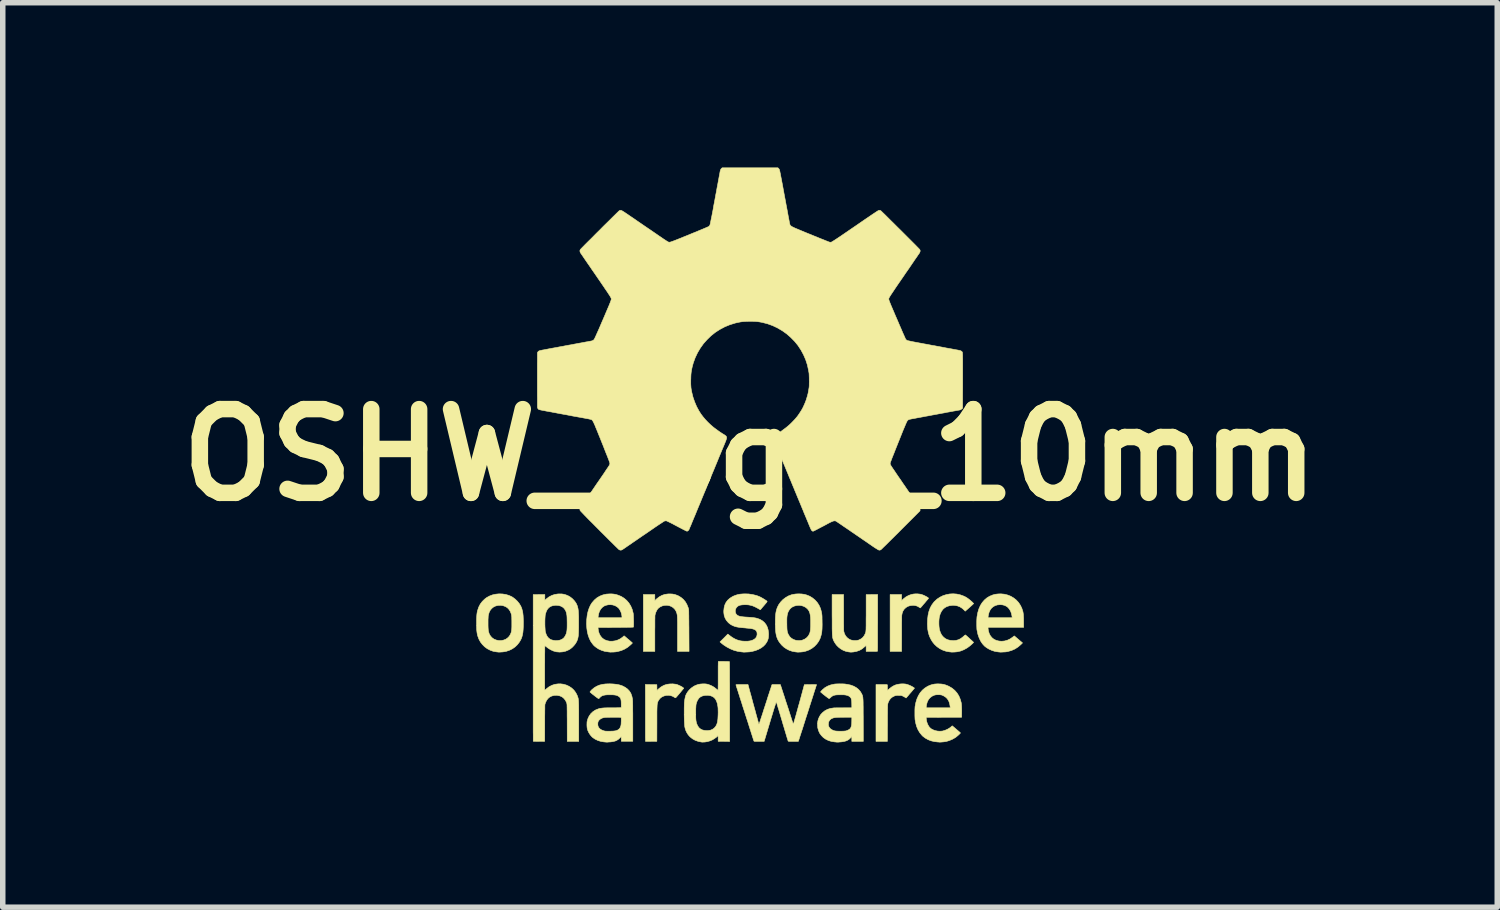
<source format=kicad_pcb>
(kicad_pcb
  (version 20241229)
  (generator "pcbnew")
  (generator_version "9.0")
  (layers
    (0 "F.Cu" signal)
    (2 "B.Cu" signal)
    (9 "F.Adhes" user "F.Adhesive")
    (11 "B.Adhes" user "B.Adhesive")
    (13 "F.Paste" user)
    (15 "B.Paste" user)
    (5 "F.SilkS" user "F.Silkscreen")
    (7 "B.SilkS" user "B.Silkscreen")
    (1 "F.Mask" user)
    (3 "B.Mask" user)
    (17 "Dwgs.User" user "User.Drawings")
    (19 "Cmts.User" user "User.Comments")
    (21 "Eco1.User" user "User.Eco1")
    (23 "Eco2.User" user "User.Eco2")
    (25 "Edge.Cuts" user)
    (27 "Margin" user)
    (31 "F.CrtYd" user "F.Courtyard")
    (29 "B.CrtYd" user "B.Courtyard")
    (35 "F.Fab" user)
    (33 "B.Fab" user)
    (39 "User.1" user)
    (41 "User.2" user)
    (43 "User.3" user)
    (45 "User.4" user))
  (footprint "OSHW_logo_10mm"
    (layer "F.Cu")
    (at 10.603 5.232)
    (property "Reference" "OSHW_logo_10mm" (at 0 0 0) (layer "F.SilkS") (effects (font (size 1.524 1.524) (thickness 0.3))))
    (attr through_hole)
    (fp_poly (pts (xy 3.056 2.529) (xy 3.093 2.533) (xy 3.113 2.537) (xy 3.135 2.544) (xy 3.161 2.554) (xy 3.188 2.567) (xy 3.213 2.58) (xy 3.233 2.592) (xy 3.239 2.596) (xy 3.247 2.604) (xy 3.249 2.61) (xy 3.245 2.616) (xy 3.243 2.617) (xy 3.238 2.624) (xy 3.227 2.637) (xy 3.211 2.655) (xy 3.193 2.677) (xy 3.173 2.701) (xy 3.168 2.706) (xy 3.148 2.729) (xy 3.131 2.75) (xy 3.116 2.767) (xy 3.106 2.778) (xy 3.101 2.784) (xy 3.101 2.784) (xy 3.096 2.782) (xy 3.085 2.775) (xy 3.07 2.767) (xy 3.07 2.766) (xy 3.044 2.752) (xy 3.02 2.744) (xy 2.995 2.739) (xy 2.964 2.738) (xy 2.958 2.738) (xy 2.913 2.743) (xy 2.872 2.756) (xy 2.837 2.778) (xy 2.807 2.806) (xy 2.784 2.841) (xy 2.769 2.883) (xy 2.762 2.921) (xy 2.762 2.931) (xy 2.761 2.949) (xy 2.761 2.975) (xy 2.761 3.009) (xy 2.76 3.049) (xy 2.76 3.094) (xy 2.76 3.143) (xy 2.76 3.196) (xy 2.76 3.252) (xy 2.76 3.261) (xy 2.759 3.576) (xy 2.55 3.576) (xy 2.55 2.54) (xy 2.759 2.54) (xy 2.759 2.651) (xy 2.794 2.618) (xy 2.839 2.583) (xy 2.889 2.556) (xy 2.942 2.538) (xy 2.978 2.531) (xy 3.017 2.528) (xy 3.056 2.529)) (stroke (width 0.01) (type solid)) (fill yes) (layer "F.SilkS"))
    (fp_poly (pts (xy -1.415 2.531) (xy -1.371 2.539) (xy -1.329 2.554) (xy -1.307 2.563) (xy -1.257 2.593) (xy -1.214 2.629) (xy -1.178 2.672) (xy -1.149 2.722) (xy -1.126 2.779) (xy -1.117 2.811) (xy -1.117 2.819) (xy -1.116 2.835) (xy -1.115 2.86) (xy -1.115 2.892) (xy -1.114 2.931) (xy -1.114 2.976) (xy -1.113 3.026) (xy -1.113 3.081) (xy -1.112 3.139) (xy -1.112 3.199) (xy -1.112 3.201) (xy -1.11 3.576) (xy -1.32 3.576) (xy -1.32 3.261) (xy -1.32 3.195) (xy -1.32 3.138) (xy -1.32 3.089) (xy -1.32 3.048) (xy -1.321 3.014) (xy -1.321 2.985) (xy -1.322 2.962) (xy -1.323 2.943) (xy -1.324 2.928) (xy -1.325 2.915) (xy -1.327 2.905) (xy -1.329 2.896) (xy -1.331 2.886) (xy -1.333 2.879) (xy -1.349 2.839) (xy -1.371 2.806) (xy -1.4 2.778) (xy -1.433 2.757) (xy -1.47 2.743) (xy -1.51 2.736) (xy -1.55 2.737) (xy -1.59 2.745) (xy -1.63 2.762) (xy -1.664 2.785) (xy -1.683 2.805) (xy -1.7 2.833) (xy -1.715 2.865) (xy -1.726 2.9) (xy -1.73 2.921) (xy -1.731 2.928) (xy -1.731 2.945) (xy -1.731 2.97) (xy -1.732 3.002) (xy -1.732 3.04) (xy -1.732 3.084) (xy -1.732 3.133) (xy -1.733 3.186) (xy -1.733 3.241) (xy -1.733 3.256) (xy -1.733 3.576) (xy -1.942 3.576) (xy -1.942 2.54) (xy -1.733 2.54) (xy -1.733 2.651) (xy -1.698 2.618) (xy -1.653 2.583) (xy -1.604 2.556) (xy -1.551 2.538) (xy -1.493 2.53) (xy -1.464 2.529) (xy -1.415 2.531)) (stroke (width 0.01) (type solid)) (fill yes) (layer "F.SilkS"))
    (fp_poly (pts (xy -1.361 4.172) (xy -1.339 4.176) (xy -1.316 4.184) (xy -1.29 4.195) (xy -1.263 4.208) (xy -1.239 4.221) (xy -1.22 4.234) (xy -1.219 4.235) (xy -1.206 4.246) (xy -1.276 4.331) (xy -1.297 4.356) (xy -1.316 4.378) (xy -1.332 4.397) (xy -1.345 4.411) (xy -1.352 4.418) (xy -1.354 4.42) (xy -1.361 4.419) (xy -1.374 4.413) (xy -1.381 4.408) (xy -1.417 4.389) (xy -1.454 4.378) (xy -1.482 4.375) (xy -1.528 4.377) (xy -1.569 4.388) (xy -1.607 4.406) (xy -1.638 4.431) (xy -1.663 4.463) (xy -1.667 4.471) (xy -1.673 4.481) (xy -1.677 4.49) (xy -1.681 4.5) (xy -1.684 4.51) (xy -1.687 4.522) (xy -1.689 4.536) (xy -1.691 4.554) (xy -1.692 4.576) (xy -1.693 4.602) (xy -1.694 4.634) (xy -1.695 4.673) (xy -1.695 4.718) (xy -1.695 4.771) (xy -1.695 4.833) (xy -1.695 4.881) (xy -1.696 5.212) (xy -1.799 5.213) (xy -1.83 5.214) (xy -1.857 5.214) (xy -1.88 5.214) (xy -1.895 5.214) (xy -1.903 5.213) (xy -1.903 5.213) (xy -1.903 5.208) (xy -1.903 5.194) (xy -1.903 5.171) (xy -1.904 5.14) (xy -1.904 5.102) (xy -1.904 5.057) (xy -1.904 5.006) (xy -1.904 4.949) (xy -1.904 4.888) (xy -1.904 4.823) (xy -1.904 4.754) (xy -1.904 4.695) (xy -1.905 4.178) (xy -1.8 4.18) (xy -1.696 4.181) (xy -1.695 4.232) (xy -1.695 4.253) (xy -1.695 4.271) (xy -1.694 4.282) (xy -1.694 4.284) (xy -1.69 4.282) (xy -1.681 4.274) (xy -1.668 4.262) (xy -1.662 4.256) (xy -1.622 4.224) (xy -1.577 4.198) (xy -1.548 4.186) (xy -1.505 4.174) (xy -1.457 4.168) (xy -1.408 4.167) (xy -1.361 4.172)) (stroke (width 0.01) (type solid)) (fill yes) (layer "F.SilkS"))
    (fp_poly (pts (xy 2.826 4.169) (xy 2.85 4.174) (xy 2.876 4.182) (xy 2.906 4.194) (xy 2.936 4.208) (xy 2.963 4.223) (xy 2.971 4.228) (xy 2.994 4.244) (xy 2.96 4.285) (xy 2.946 4.302) (xy 2.934 4.316) (xy 2.926 4.325) (xy 2.923 4.328) (xy 2.919 4.333) (xy 2.91 4.343) (xy 2.897 4.358) (xy 2.882 4.376) (xy 2.882 4.377) (xy 2.867 4.394) (xy 2.854 4.409) (xy 2.845 4.419) (xy 2.841 4.423) (xy 2.84 4.423) (xy 2.835 4.42) (xy 2.825 4.414) (xy 2.824 4.412) (xy 2.811 4.405) (xy 2.794 4.396) (xy 2.781 4.389) (xy 2.765 4.382) (xy 2.751 4.378) (xy 2.735 4.376) (xy 2.714 4.376) (xy 2.704 4.376) (xy 2.677 4.377) (xy 2.655 4.379) (xy 2.637 4.384) (xy 2.629 4.387) (xy 2.59 4.407) (xy 2.558 4.433) (xy 2.533 4.467) (xy 2.514 4.508) (xy 2.512 4.514) (xy 2.51 4.521) (xy 2.509 4.528) (xy 2.507 4.536) (xy 2.506 4.546) (xy 2.505 4.56) (xy 2.504 4.577) (xy 2.504 4.599) (xy 2.503 4.626) (xy 2.503 4.66) (xy 2.503 4.7) (xy 2.502 4.748) (xy 2.502 4.804) (xy 2.502 4.863) (xy 2.502 4.92) (xy 2.501 4.973) (xy 2.501 5.023) (xy 2.501 5.069) (xy 2.501 5.109) (xy 2.501 5.143) (xy 2.501 5.17) (xy 2.5 5.189) (xy 2.5 5.199) (xy 2.5 5.201) (xy 2.5 5.214) (xy 2.293 5.214) (xy 2.293 4.697) (xy 2.293 4.179) (xy 2.397 4.179) (xy 2.431 4.179) (xy 2.457 4.179) (xy 2.476 4.179) (xy 2.488 4.18) (xy 2.496 4.182) (xy 2.499 4.184) (xy 2.501 4.187) (xy 2.501 4.187) (xy 2.501 4.196) (xy 2.501 4.212) (xy 2.501 4.232) (xy 2.501 4.238) (xy 2.501 4.258) (xy 2.502 4.273) (xy 2.502 4.282) (xy 2.503 4.283) (xy 2.507 4.281) (xy 2.516 4.274) (xy 2.53 4.262) (xy 2.536 4.256) (xy 2.577 4.224) (xy 2.623 4.197) (xy 2.65 4.186) (xy 2.69 4.175) (xy 2.735 4.168) (xy 2.782 4.166) (xy 2.826 4.169)) (stroke (width 0.01) (type solid)) (fill yes) (layer "F.SilkS"))
    (fp_poly (pts (xy 4.628 2.534) (xy 4.689 2.549) (xy 4.747 2.572) (xy 4.799 2.603) (xy 4.847 2.641) (xy 4.888 2.686) (xy 4.922 2.737) (xy 4.949 2.793) (xy 4.95 2.798) (xy 4.959 2.825) (xy 4.967 2.85) (xy 4.972 2.877) (xy 4.976 2.906) (xy 4.978 2.939) (xy 4.98 2.979) (xy 4.98 3.027) (xy 4.98 3.027) (xy 4.981 3.138) (xy 4.333 3.138) (xy 4.333 3.154) (xy 4.334 3.167) (xy 4.337 3.186) (xy 4.34 3.205) (xy 4.355 3.253) (xy 4.377 3.294) (xy 4.406 3.328) (xy 4.441 3.356) (xy 4.483 3.375) (xy 4.53 3.387) (xy 4.579 3.391) (xy 4.634 3.386) (xy 4.687 3.371) (xy 4.737 3.347) (xy 4.779 3.318) (xy 4.81 3.293) (xy 4.885 3.357) (xy 4.96 3.421) (xy 4.932 3.449) (xy 4.88 3.494) (xy 4.823 3.531) (xy 4.762 3.558) (xy 4.696 3.577) (xy 4.659 3.584) (xy 4.646 3.585) (xy 4.628 3.586) (xy 4.607 3.587) (xy 4.586 3.588) (xy 4.567 3.589) (xy 4.553 3.589) (xy 4.546 3.588) (xy 4.546 3.588) (xy 4.541 3.587) (xy 4.528 3.586) (xy 4.512 3.584) (xy 4.457 3.575) (xy 4.403 3.558) (xy 4.35 3.534) (xy 4.302 3.505) (xy 4.267 3.477) (xy 4.23 3.436) (xy 4.197 3.386) (xy 4.17 3.329) (xy 4.148 3.265) (xy 4.133 3.194) (xy 4.131 3.185) (xy 4.129 3.165) (xy 4.128 3.137) (xy 4.127 3.104) (xy 4.127 3.068) (xy 4.127 3.031) (xy 4.128 2.997) (xy 4.13 2.967) (xy 4.13 2.963) (xy 4.332 2.963) (xy 4.772 2.963) (xy 4.769 2.936) (xy 4.759 2.886) (xy 4.742 2.841) (xy 4.718 2.802) (xy 4.689 2.77) (xy 4.668 2.755) (xy 4.636 2.739) (xy 4.601 2.729) (xy 4.56 2.725) (xy 4.551 2.725) (xy 4.504 2.729) (xy 4.462 2.742) (xy 4.425 2.763) (xy 4.393 2.791) (xy 4.368 2.827) (xy 4.349 2.871) (xy 4.337 2.921) (xy 4.335 2.937) (xy 4.332 2.963) (xy 4.13 2.963) (xy 4.132 2.943) (xy 4.146 2.869) (xy 4.166 2.801) (xy 4.193 2.74) (xy 4.227 2.686) (xy 4.267 2.64) (xy 4.314 2.6) (xy 4.366 2.569) (xy 4.37 2.568) (xy 4.416 2.549) (xy 4.463 2.536) (xy 4.514 2.53) (xy 4.565 2.528) (xy 4.628 2.534)) (stroke (width 0.01) (type solid)) (fill yes) (layer "F.SilkS"))
    (fp_poly (pts (xy 2.323 3.052) (xy 2.322 3.122) (xy 2.322 3.19) (xy 2.322 3.255) (xy 2.322 3.315) (xy 2.322 3.37) (xy 2.322 3.421) (xy 2.322 3.465) (xy 2.322 3.502) (xy 2.321 3.532) (xy 2.321 3.553) (xy 2.321 3.566) (xy 2.321 3.57) (xy 2.319 3.572) (xy 2.311 3.574) (xy 2.297 3.575) (xy 2.275 3.575) (xy 2.246 3.576) (xy 2.217 3.576) (xy 2.114 3.576) (xy 2.114 3.527) (xy 2.114 3.506) (xy 2.114 3.488) (xy 2.113 3.476) (xy 2.113 3.473) (xy 2.108 3.473) (xy 2.099 3.479) (xy 2.086 3.491) (xy 2.042 3.528) (xy 1.994 3.556) (xy 1.94 3.575) (xy 1.882 3.586) (xy 1.857 3.588) (xy 1.84 3.589) (xy 1.827 3.589) (xy 1.822 3.588) (xy 1.822 3.588) (xy 1.816 3.587) (xy 1.804 3.586) (xy 1.792 3.584) (xy 1.744 3.574) (xy 1.697 3.556) (xy 1.651 3.53) (xy 1.609 3.497) (xy 1.572 3.459) (xy 1.542 3.416) (xy 1.535 3.402) (xy 1.527 3.389) (xy 1.521 3.376) (xy 1.516 3.364) (xy 1.511 3.352) (xy 1.508 3.339) (xy 1.504 3.325) (xy 1.502 3.307) (xy 1.5 3.287) (xy 1.498 3.263) (xy 1.497 3.234) (xy 1.496 3.199) (xy 1.495 3.158) (xy 1.495 3.111) (xy 1.495 3.055) (xy 1.495 2.992) (xy 1.494 2.919) (xy 1.494 2.912) (xy 1.494 2.54) (xy 1.703 2.54) (xy 1.704 2.867) (xy 1.704 2.924) (xy 1.704 2.978) (xy 1.704 3.028) (xy 1.704 3.074) (xy 1.705 3.114) (xy 1.705 3.149) (xy 1.705 3.176) (xy 1.706 3.195) (xy 1.706 3.206) (xy 1.706 3.207) (xy 1.718 3.251) (xy 1.738 3.29) (xy 1.765 3.323) (xy 1.798 3.349) (xy 1.836 3.368) (xy 1.841 3.369) (xy 1.874 3.376) (xy 1.91 3.378) (xy 1.947 3.376) (xy 1.979 3.369) (xy 1.983 3.367) (xy 2.022 3.347) (xy 2.055 3.32) (xy 2.081 3.285) (xy 2.101 3.243) (xy 2.103 3.237) (xy 2.105 3.231) (xy 2.106 3.224) (xy 2.108 3.216) (xy 2.109 3.207) (xy 2.11 3.195) (xy 2.111 3.181) (xy 2.112 3.162) (xy 2.112 3.138) (xy 2.113 3.109) (xy 2.113 3.074) (xy 2.113 3.031) (xy 2.113 2.981) (xy 2.114 2.922) (xy 2.114 2.874) (xy 2.114 2.542) (xy 2.219 2.541) (xy 2.323 2.54) (xy 2.323 3.052)) (stroke (width 0.01) (type solid)) (fill yes) (layer "F.SilkS"))
    (fp_poly (pts (xy 3.764 2.532) (xy 3.827 2.546) (xy 3.888 2.568) (xy 3.927 2.587) (xy 3.954 2.604) (xy 3.983 2.625) (xy 4.013 2.649) (xy 4.04 2.673) (xy 4.052 2.684) (xy 4.071 2.705) (xy 4.044 2.731) (xy 4.025 2.748) (xy 4.002 2.769) (xy 3.977 2.791) (xy 3.952 2.813) (xy 3.931 2.831) (xy 3.93 2.832) (xy 3.917 2.844) (xy 3.902 2.827) (xy 3.862 2.791) (xy 3.82 2.764) (xy 3.775 2.747) (xy 3.727 2.738) (xy 3.685 2.737) (xy 3.632 2.744) (xy 3.585 2.758) (xy 3.545 2.78) (xy 3.511 2.81) (xy 3.484 2.847) (xy 3.462 2.893) (xy 3.447 2.945) (xy 3.444 2.962) (xy 3.44 2.996) (xy 3.438 3.035) (xy 3.438 3.076) (xy 3.44 3.117) (xy 3.444 3.154) (xy 3.45 3.185) (xy 3.451 3.189) (xy 3.468 3.239) (xy 3.492 3.282) (xy 3.523 3.317) (xy 3.559 3.345) (xy 3.6 3.364) (xy 3.647 3.375) (xy 3.647 3.375) (xy 3.702 3.379) (xy 3.751 3.375) (xy 3.797 3.362) (xy 3.839 3.34) (xy 3.879 3.309) (xy 3.884 3.304) (xy 3.901 3.289) (xy 3.912 3.28) (xy 3.919 3.276) (xy 3.924 3.277) (xy 3.925 3.278) (xy 3.931 3.284) (xy 3.943 3.294) (xy 3.96 3.309) (xy 3.98 3.327) (xy 4 3.346) (xy 4.022 3.366) (xy 4.041 3.383) (xy 4.056 3.397) (xy 4.066 3.407) (xy 4.069 3.411) (xy 4.065 3.417) (xy 4.055 3.428) (xy 4.04 3.442) (xy 4.022 3.458) (xy 4.002 3.475) (xy 3.981 3.491) (xy 3.962 3.505) (xy 3.952 3.512) (xy 3.893 3.545) (xy 3.832 3.569) (xy 3.769 3.583) (xy 3.712 3.588) (xy 3.691 3.588) (xy 3.676 3.589) (xy 3.666 3.588) (xy 3.664 3.588) (xy 3.659 3.587) (xy 3.647 3.586) (xy 3.631 3.584) (xy 3.569 3.573) (xy 3.51 3.553) (xy 3.454 3.525) (xy 3.403 3.489) (xy 3.357 3.446) (xy 3.318 3.397) (xy 3.29 3.349) (xy 3.269 3.305) (xy 3.254 3.262) (xy 3.243 3.219) (xy 3.235 3.172) (xy 3.231 3.119) (xy 3.229 3.075) (xy 3.232 2.992) (xy 3.241 2.916) (xy 3.257 2.846) (xy 3.28 2.783) (xy 3.311 2.727) (xy 3.349 2.676) (xy 3.358 2.667) (xy 3.404 2.624) (xy 3.457 2.589) (xy 3.513 2.561) (xy 3.573 2.542) (xy 3.636 2.53) (xy 3.7 2.527) (xy 3.764 2.532)) (stroke (width 0.01) (type solid)) (fill yes) (layer "F.SilkS"))
    (fp_poly (pts (xy 3.479 4.169) (xy 3.52 4.175) (xy 3.559 4.186) (xy 3.6 4.202) (xy 3.623 4.213) (xy 3.679 4.246) (xy 3.727 4.286) (xy 3.768 4.333) (xy 3.801 4.385) (xy 3.826 4.444) (xy 3.844 4.508) (xy 3.847 4.527) (xy 3.849 4.547) (xy 3.851 4.574) (xy 3.852 4.608) (xy 3.853 4.646) (xy 3.853 4.67) (xy 3.852 4.774) (xy 3.529 4.775) (xy 3.206 4.776) (xy 3.209 4.81) (xy 3.217 4.856) (xy 3.232 4.9) (xy 3.254 4.939) (xy 3.268 4.958) (xy 3.295 4.983) (xy 3.33 5.002) (xy 3.369 5.017) (xy 3.412 5.026) (xy 3.456 5.029) (xy 3.5 5.026) (xy 3.513 5.023) (xy 3.552 5.011) (xy 3.592 4.994) (xy 3.63 4.972) (xy 3.655 4.953) (xy 3.681 4.93) (xy 3.695 4.942) (xy 3.733 4.974) (xy 3.764 5.001) (xy 3.789 5.022) (xy 3.807 5.038) (xy 3.82 5.049) (xy 3.827 5.056) (xy 3.83 5.06) (xy 3.83 5.06) (xy 3.826 5.066) (xy 3.817 5.076) (xy 3.802 5.09) (xy 3.786 5.105) (xy 3.768 5.12) (xy 3.751 5.134) (xy 3.736 5.145) (xy 3.734 5.146) (xy 3.685 5.174) (xy 3.631 5.197) (xy 3.577 5.214) (xy 3.527 5.222) (xy 3.503 5.224) (xy 3.481 5.226) (xy 3.462 5.227) (xy 3.45 5.227) (xy 3.445 5.227) (xy 3.44 5.226) (xy 3.428 5.225) (xy 3.412 5.224) (xy 3.353 5.217) (xy 3.295 5.203) (xy 3.241 5.182) (xy 3.191 5.154) (xy 3.147 5.121) (xy 3.13 5.104) (xy 3.091 5.057) (xy 3.059 5.004) (xy 3.034 4.946) (xy 3.016 4.881) (xy 3.004 4.816) (xy 3.003 4.799) (xy 3.002 4.775) (xy 3.001 4.745) (xy 3.001 4.712) (xy 3.001 4.678) (xy 3.001 4.645) (xy 3.002 4.616) (xy 3.003 4.602) (xy 3.206 4.602) (xy 3.645 4.602) (xy 3.643 4.581) (xy 3.637 4.544) (xy 3.63 4.515) (xy 3.621 4.489) (xy 3.613 4.472) (xy 3.59 4.436) (xy 3.558 4.406) (xy 3.522 4.384) (xy 3.504 4.376) (xy 3.49 4.37) (xy 3.476 4.367) (xy 3.458 4.365) (xy 3.435 4.364) (xy 3.434 4.364) (xy 3.406 4.364) (xy 3.385 4.366) (xy 3.367 4.369) (xy 3.353 4.373) (xy 3.312 4.392) (xy 3.277 4.419) (xy 3.249 4.452) (xy 3.228 4.492) (xy 3.214 4.54) (xy 3.209 4.573) (xy 3.206 4.602) (xy 3.003 4.602) (xy 3.003 4.593) (xy 3.004 4.58) (xy 3.018 4.508) (xy 3.038 4.441) (xy 3.065 4.381) (xy 3.098 4.327) (xy 3.138 4.281) (xy 3.184 4.242) (xy 3.235 4.21) (xy 3.24 4.208) (xy 3.281 4.19) (xy 3.32 4.178) (xy 3.36 4.17) (xy 3.404 4.167) (xy 3.431 4.167) (xy 3.479 4.169)) (stroke (width 0.01) (type solid)) (fill yes) (layer "F.SilkS"))
    (fp_poly (pts (xy -4.508 2.53) (xy -4.448 2.539) (xy -4.39 2.556) (xy -4.337 2.58) (xy -4.318 2.592) (xy -4.274 2.625) (xy -4.234 2.664) (xy -4.2 2.706) (xy -4.173 2.751) (xy -4.156 2.791) (xy -4.147 2.823) (xy -4.139 2.855) (xy -4.134 2.89) (xy -4.13 2.928) (xy -4.128 2.973) (xy -4.126 3.025) (xy -4.126 3.055) (xy -4.127 3.121) (xy -4.13 3.179) (xy -4.134 3.228) (xy -4.142 3.272) (xy -4.152 3.311) (xy -4.165 3.346) (xy -4.182 3.379) (xy -4.202 3.411) (xy -4.227 3.443) (xy -4.235 3.453) (xy -4.276 3.493) (xy -4.324 3.527) (xy -4.378 3.554) (xy -4.436 3.574) (xy -4.498 3.585) (xy -4.532 3.587) (xy -4.553 3.588) (xy -4.57 3.589) (xy -4.581 3.588) (xy -4.583 3.588) (xy -4.588 3.587) (xy -4.601 3.586) (xy -4.616 3.584) (xy -4.674 3.574) (xy -4.73 3.554) (xy -4.782 3.527) (xy -4.83 3.492) (xy -4.872 3.45) (xy -4.908 3.403) (xy -4.936 3.351) (xy -4.957 3.294) (xy -4.96 3.281) (xy -4.966 3.256) (xy -4.97 3.232) (xy -4.973 3.207) (xy -4.976 3.18) (xy -4.977 3.148) (xy -4.978 3.109) (xy -4.978 3.069) (xy -4.769 3.069) (xy -4.769 3.106) (xy -4.768 3.141) (xy -4.766 3.172) (xy -4.764 3.196) (xy -4.761 3.212) (xy -4.747 3.257) (xy -4.725 3.295) (xy -4.697 3.326) (xy -4.664 3.35) (xy -4.663 3.351) (xy -4.619 3.369) (xy -4.573 3.378) (xy -4.527 3.378) (xy -4.491 3.371) (xy -4.449 3.356) (xy -4.414 3.332) (xy -4.385 3.303) (xy -4.369 3.278) (xy -4.359 3.259) (xy -4.352 3.242) (xy -4.346 3.224) (xy -4.342 3.205) (xy -4.339 3.182) (xy -4.337 3.154) (xy -4.336 3.12) (xy -4.336 3.078) (xy -4.336 3.058) (xy -4.336 3.018) (xy -4.337 2.986) (xy -4.337 2.961) (xy -4.338 2.942) (xy -4.34 2.926) (xy -4.342 2.913) (xy -4.345 2.9) (xy -4.347 2.892) (xy -4.364 2.848) (xy -4.388 2.811) (xy -4.418 2.78) (xy -4.455 2.758) (xy -4.497 2.743) (xy -4.54 2.737) (xy -4.588 2.739) (xy -4.631 2.749) (xy -4.67 2.768) (xy -4.703 2.795) (xy -4.73 2.828) (xy -4.75 2.869) (xy -4.763 2.916) (xy -4.763 2.917) (xy -4.766 2.936) (xy -4.767 2.963) (xy -4.769 2.995) (xy -4.769 3.031) (xy -4.769 3.069) (xy -4.978 3.069) (xy -4.978 3.063) (xy -4.978 3.06) (xy -4.978 3.012) (xy -4.977 2.972) (xy -4.975 2.938) (xy -4.973 2.909) (xy -4.97 2.883) (xy -4.966 2.859) (xy -4.96 2.834) (xy -4.958 2.827) (xy -4.938 2.768) (xy -4.91 2.714) (xy -4.873 2.665) (xy -4.827 2.621) (xy -4.794 2.596) (xy -4.743 2.568) (xy -4.688 2.547) (xy -4.629 2.534) (xy -4.569 2.528) (xy -4.508 2.53)) (stroke (width 0.01) (type solid)) (fill yes) (layer "F.SilkS"))
    (fp_poly (pts (xy 0.936 2.53) (xy 0.988 2.537) (xy 1.028 2.548) (xy 1.086 2.571) (xy 1.138 2.603) (xy 1.185 2.642) (xy 1.225 2.687) (xy 1.257 2.737) (xy 1.282 2.792) (xy 1.294 2.834) (xy 1.299 2.855) (xy 1.303 2.874) (xy 1.306 2.891) (xy 1.308 2.908) (xy 1.31 2.927) (xy 1.311 2.951) (xy 1.311 2.98) (xy 1.312 3.017) (xy 1.312 3.036) (xy 1.313 3.087) (xy 1.312 3.131) (xy 1.311 3.168) (xy 1.308 3.201) (xy 1.305 3.231) (xy 1.299 3.259) (xy 1.294 3.282) (xy 1.276 3.339) (xy 1.249 3.393) (xy 1.214 3.441) (xy 1.173 3.484) (xy 1.125 3.521) (xy 1.072 3.55) (xy 1.015 3.571) (xy 0.976 3.58) (xy 0.961 3.583) (xy 0.941 3.585) (xy 0.92 3.587) (xy 0.898 3.588) (xy 0.878 3.589) (xy 0.863 3.589) (xy 0.856 3.588) (xy 0.855 3.588) (xy 0.85 3.587) (xy 0.838 3.586) (xy 0.823 3.584) (xy 0.769 3.574) (xy 0.715 3.556) (xy 0.664 3.53) (xy 0.617 3.498) (xy 0.576 3.46) (xy 0.57 3.453) (xy 0.543 3.42) (xy 0.521 3.388) (xy 0.503 3.355) (xy 0.489 3.32) (xy 0.478 3.282) (xy 0.47 3.239) (xy 0.465 3.191) (xy 0.462 3.135) (xy 0.461 3.071) (xy 0.461 3.06) (xy 0.461 3.027) (xy 0.67 3.027) (xy 0.67 3.078) (xy 0.67 3.078) (xy 0.671 3.121) (xy 0.672 3.156) (xy 0.674 3.184) (xy 0.677 3.207) (xy 0.681 3.227) (xy 0.687 3.244) (xy 0.695 3.262) (xy 0.7 3.272) (xy 0.723 3.308) (xy 0.754 3.337) (xy 0.791 3.359) (xy 0.835 3.374) (xy 0.861 3.377) (xy 0.891 3.378) (xy 0.92 3.377) (xy 0.945 3.373) (xy 0.951 3.371) (xy 0.994 3.353) (xy 1.029 3.329) (xy 1.057 3.299) (xy 1.063 3.29) (xy 1.074 3.271) (xy 1.083 3.253) (xy 1.09 3.234) (xy 1.095 3.213) (xy 1.099 3.188) (xy 1.101 3.157) (xy 1.103 3.12) (xy 1.103 3.075) (xy 1.103 3.053) (xy 1.103 3) (xy 1.101 2.956) (xy 1.097 2.919) (xy 1.091 2.888) (xy 1.083 2.862) (xy 1.073 2.839) (xy 1.059 2.818) (xy 1.043 2.799) (xy 1.012 2.773) (xy 0.975 2.754) (xy 0.935 2.742) (xy 0.893 2.737) (xy 0.85 2.74) (xy 0.808 2.75) (xy 0.769 2.768) (xy 0.759 2.775) (xy 0.735 2.794) (xy 0.715 2.819) (xy 0.697 2.85) (xy 0.696 2.853) (xy 0.687 2.873) (xy 0.681 2.895) (xy 0.676 2.92) (xy 0.672 2.95) (xy 0.67 2.985) (xy 0.67 3.027) (xy 0.461 3.027) (xy 0.461 3.001) (xy 0.463 2.951) (xy 0.466 2.907) (xy 0.471 2.869) (xy 0.478 2.835) (xy 0.487 2.804) (xy 0.497 2.775) (xy 0.523 2.724) (xy 0.558 2.676) (xy 0.599 2.633) (xy 0.646 2.597) (xy 0.697 2.567) (xy 0.751 2.546) (xy 0.775 2.54) (xy 0.827 2.531) (xy 0.882 2.528) (xy 0.936 2.53)) (stroke (width 0.01) (type solid)) (fill yes) (layer "F.SilkS"))
    (fp_poly (pts (xy -2.517 2.529) (xy -2.484 2.532) (xy -2.453 2.537) (xy -2.423 2.545) (xy -2.404 2.551) (xy -2.345 2.575) (xy -2.292 2.608) (xy -2.245 2.648) (xy -2.205 2.695) (xy -2.172 2.748) (xy -2.146 2.808) (xy -2.129 2.872) (xy -2.126 2.884) (xy -2.125 2.897) (xy -2.123 2.917) (xy -2.122 2.943) (xy -2.121 2.972) (xy -2.12 3.003) (xy -2.119 3.034) (xy -2.119 3.064) (xy -2.119 3.09) (xy -2.12 3.112) (xy -2.121 3.126) (xy -2.122 3.133) (xy -2.127 3.134) (xy -2.143 3.135) (xy -2.167 3.136) (xy -2.201 3.136) (xy -2.243 3.137) (xy -2.294 3.138) (xy -2.353 3.138) (xy -2.419 3.139) (xy -2.446 3.139) (xy -2.767 3.14) (xy -2.765 3.165) (xy -2.758 3.213) (xy -2.743 3.257) (xy -2.721 3.297) (xy -2.692 3.331) (xy -2.658 3.357) (xy -2.645 3.364) (xy -2.601 3.381) (xy -2.553 3.39) (xy -2.504 3.39) (xy -2.454 3.383) (xy -2.406 3.368) (xy -2.361 3.346) (xy -2.32 3.317) (xy -2.316 3.313) (xy -2.292 3.292) (xy -2.275 3.306) (xy -2.262 3.317) (xy -2.251 3.327) (xy -2.249 3.328) (xy -2.241 3.335) (xy -2.228 3.347) (xy -2.21 3.361) (xy -2.191 3.377) (xy -2.19 3.378) (xy -2.172 3.394) (xy -2.157 3.407) (xy -2.146 3.417) (xy -2.142 3.422) (xy -2.142 3.422) (xy -2.145 3.428) (xy -2.155 3.438) (xy -2.169 3.451) (xy -2.186 3.466) (xy -2.204 3.481) (xy -2.221 3.495) (xy -2.236 3.506) (xy -2.236 3.506) (xy -2.289 3.537) (xy -2.346 3.561) (xy -2.406 3.577) (xy -2.444 3.584) (xy -2.459 3.585) (xy -2.479 3.587) (xy -2.5 3.588) (xy -2.52 3.588) (xy -2.537 3.589) (xy -2.548 3.589) (xy -2.551 3.588) (xy -2.556 3.587) (xy -2.569 3.586) (xy -2.582 3.584) (xy -2.647 3.574) (xy -2.706 3.555) (xy -2.76 3.53) (xy -2.807 3.498) (xy -2.824 3.484) (xy -2.835 3.475) (xy -2.844 3.466) (xy -2.853 3.456) (xy -2.864 3.442) (xy -2.869 3.436) (xy -2.9 3.392) (xy -2.926 3.339) (xy -2.947 3.28) (xy -2.962 3.217) (xy -2.971 3.153) (xy -2.976 3.074) (xy -2.973 2.998) (xy -2.969 2.963) (xy -2.767 2.963) (xy -2.331 2.963) (xy -2.331 2.945) (xy -2.335 2.911) (xy -2.344 2.875) (xy -2.359 2.839) (xy -2.377 2.808) (xy -2.389 2.791) (xy -2.42 2.764) (xy -2.457 2.743) (xy -2.497 2.73) (xy -2.54 2.725) (xy -2.583 2.727) (xy -2.626 2.737) (xy -2.654 2.749) (xy -2.686 2.771) (xy -2.714 2.801) (xy -2.737 2.838) (xy -2.753 2.881) (xy -2.763 2.929) (xy -2.763 2.93) (xy -2.767 2.963) (xy -2.969 2.963) (xy -2.965 2.926) (xy -2.951 2.857) (xy -2.931 2.794) (xy -2.906 2.737) (xy -2.875 2.688) (xy -2.874 2.687) (xy -2.833 2.64) (xy -2.786 2.6) (xy -2.733 2.569) (xy -2.677 2.547) (xy -2.616 2.533) (xy -2.557 2.529) (xy -2.517 2.529)) (stroke (width 0.01) (type solid)) (fill yes) (layer "F.SilkS"))
    (fp_poly (pts (xy -0.026 2.53) (xy 0.048 2.541) (xy 0.118 2.558) (xy 0.168 2.577) (xy 0.185 2.585) (xy 0.206 2.596) (xy 0.229 2.609) (xy 0.252 2.623) (xy 0.274 2.637) (xy 0.293 2.649) (xy 0.306 2.659) (xy 0.311 2.665) (xy 0.311 2.668) (xy 0.308 2.674) (xy 0.3 2.685) (xy 0.288 2.7) (xy 0.271 2.72) (xy 0.249 2.746) (xy 0.227 2.771) (xy 0.214 2.787) (xy 0.203 2.8) (xy 0.196 2.809) (xy 0.195 2.81) (xy 0.19 2.816) (xy 0.185 2.816) (xy 0.177 2.812) (xy 0.17 2.808) (xy 0.123 2.781) (xy 0.081 2.76) (xy 0.043 2.745) (xy 0.006 2.735) (xy -0.032 2.728) (xy -0.073 2.726) (xy -0.105 2.726) (xy -0.141 2.728) (xy -0.169 2.732) (xy -0.192 2.737) (xy -0.211 2.746) (xy -0.229 2.758) (xy -0.231 2.76) (xy -0.251 2.782) (xy -0.263 2.807) (xy -0.269 2.834) (xy -0.267 2.861) (xy -0.259 2.886) (xy -0.244 2.907) (xy -0.233 2.916) (xy -0.217 2.926) (xy -0.199 2.933) (xy -0.178 2.939) (xy -0.153 2.943) (xy -0.121 2.947) (xy -0.081 2.95) (xy -0.065 2.951) (xy -0.017 2.954) (xy 0.022 2.957) (xy 0.055 2.96) (xy 0.082 2.964) (xy 0.105 2.968) (xy 0.126 2.973) (xy 0.129 2.974) (xy 0.18 2.992) (xy 0.224 3.018) (xy 0.262 3.05) (xy 0.292 3.089) (xy 0.315 3.134) (xy 0.33 3.185) (xy 0.337 3.242) (xy 0.338 3.265) (xy 0.336 3.304) (xy 0.332 3.338) (xy 0.323 3.368) (xy 0.309 3.399) (xy 0.309 3.399) (xy 0.282 3.441) (xy 0.246 3.479) (xy 0.203 3.512) (xy 0.153 3.539) (xy 0.097 3.561) (xy 0.035 3.577) (xy -0.008 3.584) (xy -0.021 3.585) (xy -0.04 3.586) (xy -0.061 3.587) (xy -0.082 3.588) (xy -0.102 3.589) (xy -0.117 3.589) (xy -0.125 3.588) (xy -0.126 3.588) (xy -0.131 3.587) (xy -0.143 3.586) (xy -0.161 3.584) (xy -0.162 3.584) (xy -0.227 3.574) (xy -0.293 3.556) (xy -0.359 3.529) (xy -0.423 3.495) (xy -0.483 3.456) (xy -0.519 3.427) (xy -0.547 3.403) (xy -0.475 3.332) (xy -0.404 3.26) (xy -0.39 3.271) (xy -0.352 3.301) (xy -0.319 3.324) (xy -0.288 3.342) (xy -0.258 3.357) (xy -0.227 3.369) (xy -0.219 3.371) (xy -0.198 3.377) (xy -0.181 3.382) (xy -0.165 3.385) (xy -0.147 3.387) (xy -0.124 3.389) (xy -0.097 3.39) (xy -0.043 3.39) (xy 0.004 3.384) (xy 0.044 3.372) (xy 0.077 3.355) (xy 0.102 3.334) (xy 0.12 3.307) (xy 0.128 3.276) (xy 0.129 3.26) (xy 0.127 3.232) (xy 0.119 3.209) (xy 0.104 3.191) (xy 0.082 3.177) (xy 0.053 3.167) (xy 0.015 3.159) (xy -0.022 3.155) (xy -0.043 3.153) (xy -0.061 3.152) (xy -0.073 3.15) (xy -0.075 3.15) (xy -0.085 3.149) (xy -0.103 3.147) (xy -0.124 3.146) (xy -0.129 3.145) (xy -0.19 3.139) (xy -0.243 3.13) (xy -0.288 3.117) (xy -0.327 3.1) (xy -0.362 3.079) (xy -0.394 3.053) (xy -0.399 3.047) (xy -0.431 3.01) (xy -0.454 2.969) (xy -0.47 2.924) (xy -0.477 2.874) (xy -0.478 2.839) (xy -0.472 2.782) (xy -0.459 2.73) (xy -0.437 2.684) (xy -0.407 2.644) (xy -0.368 2.609) (xy -0.321 2.579) (xy -0.303 2.57) (xy -0.264 2.554) (xy -0.225 2.542) (xy -0.185 2.534) (xy -0.139 2.53) (xy -0.101 2.528) (xy -0.026 2.53)) (stroke (width 0.01) (type solid)) (fill yes) (layer "F.SilkS"))
    (fp_poly (pts (xy -0.506 3.758) (xy -0.478 3.758) (xy -0.451 3.759) (xy -0.425 3.759) (xy -0.403 3.76) (xy -0.386 3.761) (xy -0.376 3.762) (xy -0.374 3.763) (xy -0.374 3.768) (xy -0.374 3.783) (xy -0.373 3.807) (xy -0.373 3.839) (xy -0.373 3.878) (xy -0.372 3.925) (xy -0.372 3.979) (xy -0.372 4.038) (xy -0.372 4.104) (xy -0.371 4.174) (xy -0.371 4.248) (xy -0.371 4.326) (xy -0.371 4.408) (xy -0.371 4.491) (xy -0.371 5.215) (xy -0.476 5.213) (xy -0.58 5.212) (xy -0.58 5.161) (xy -0.58 5.136) (xy -0.582 5.119) (xy -0.584 5.111) (xy -0.587 5.111) (xy -0.591 5.116) (xy -0.6 5.126) (xy -0.615 5.14) (xy -0.635 5.154) (xy -0.658 5.169) (xy -0.68 5.183) (xy -0.692 5.189) (xy -0.732 5.205) (xy -0.776 5.218) (xy -0.821 5.225) (xy -0.863 5.227) (xy -0.882 5.226) (xy -0.942 5.214) (xy -0.998 5.194) (xy -1.047 5.167) (xy -1.092 5.131) (xy -1.125 5.094) (xy -1.149 5.057) (xy -1.168 5.018) (xy -1.182 4.974) (xy -1.188 4.946) (xy -1.19 4.928) (xy -1.192 4.902) (xy -1.194 4.869) (xy -1.196 4.831) (xy -1.197 4.789) (xy -1.198 4.744) (xy -1.198 4.698) (xy -1.198 4.684) (xy -0.988 4.684) (xy -0.988 4.73) (xy -0.988 4.768) (xy -0.987 4.799) (xy -0.985 4.824) (xy -0.982 4.845) (xy -0.978 4.864) (xy -0.974 4.882) (xy -0.971 4.891) (xy -0.953 4.931) (xy -0.93 4.964) (xy -0.9 4.989) (xy -0.865 5.006) (xy -0.823 5.015) (xy -0.775 5.017) (xy -0.773 5.017) (xy -0.752 5.015) (xy -0.732 5.012) (xy -0.721 5.01) (xy -0.684 4.995) (xy -0.652 4.972) (xy -0.625 4.941) (xy -0.605 4.903) (xy -0.593 4.863) (xy -0.589 4.838) (xy -0.585 4.805) (xy -0.583 4.767) (xy -0.581 4.726) (xy -0.58 4.684) (xy -0.581 4.644) (xy -0.582 4.607) (xy -0.585 4.581) (xy -0.594 4.528) (xy -0.609 4.483) (xy -0.628 4.446) (xy -0.653 4.417) (xy -0.684 4.396) (xy -0.721 4.382) (xy -0.764 4.375) (xy -0.774 4.375) (xy -0.823 4.377) (xy -0.864 4.386) (xy -0.9 4.402) (xy -0.93 4.427) (xy -0.953 4.46) (xy -0.971 4.5) (xy -0.98 4.532) (xy -0.983 4.548) (xy -0.985 4.567) (xy -0.986 4.591) (xy -0.988 4.62) (xy -0.988 4.657) (xy -0.988 4.684) (xy -1.198 4.684) (xy -1.198 4.653) (xy -1.198 4.609) (xy -1.197 4.569) (xy -1.196 4.534) (xy -1.195 4.506) (xy -1.194 4.502) (xy -1.189 4.458) (xy -1.181 4.417) (xy -1.172 4.381) (xy -1.163 4.36) (xy -1.14 4.319) (xy -1.108 4.279) (xy -1.071 4.244) (xy -1.03 4.215) (xy -1.009 4.203) (xy -0.972 4.187) (xy -0.938 4.176) (xy -0.904 4.17) (xy -0.865 4.167) (xy -0.847 4.167) (xy -0.819 4.167) (xy -0.798 4.169) (xy -0.78 4.172) (xy -0.761 4.177) (xy -0.75 4.181) (xy -0.714 4.195) (xy -0.681 4.211) (xy -0.648 4.232) (xy -0.62 4.254) (xy -0.604 4.267) (xy -0.591 4.276) (xy -0.583 4.282) (xy -0.581 4.283) (xy -0.581 4.278) (xy -0.581 4.264) (xy -0.581 4.242) (xy -0.581 4.213) (xy -0.58 4.178) (xy -0.58 4.137) (xy -0.58 4.092) (xy -0.58 4.043) (xy -0.58 4.022) (xy -0.58 3.972) (xy -0.58 3.925) (xy -0.58 3.882) (xy -0.58 3.844) (xy -0.579 3.812) (xy -0.579 3.787) (xy -0.578 3.769) (xy -0.578 3.76) (xy -0.578 3.76) (xy -0.569 3.759) (xy -0.553 3.758) (xy -0.531 3.758) (xy -0.506 3.758)) (stroke (width 0.01) (type solid)) (fill yes) (layer "F.SilkS"))
    (fp_poly (pts (xy 1.659 4.167) (xy 1.689 4.167) (xy 1.714 4.168) (xy 1.733 4.17) (xy 1.736 4.17) (xy 1.75 4.173) (xy 1.768 4.175) (xy 1.773 4.176) (xy 1.833 4.189) (xy 1.887 4.209) (xy 1.934 4.235) (xy 1.975 4.268) (xy 2.008 4.306) (xy 2.027 4.338) (xy 2.033 4.349) (xy 2.038 4.359) (xy 2.042 4.368) (xy 2.046 4.378) (xy 2.049 4.388) (xy 2.051 4.4) (xy 2.054 4.414) (xy 2.055 4.431) (xy 2.057 4.452) (xy 2.058 4.477) (xy 2.059 4.508) (xy 2.059 4.544) (xy 2.06 4.587) (xy 2.06 4.638) (xy 2.06 4.696) (xy 2.061 4.763) (xy 2.061 4.817) (xy 2.062 5.214) (xy 1.853 5.214) (xy 1.853 5.124) (xy 1.83 5.149) (xy 1.806 5.173) (xy 1.779 5.191) (xy 1.748 5.205) (xy 1.712 5.215) (xy 1.669 5.222) (xy 1.617 5.226) (xy 1.613 5.227) (xy 1.595 5.227) (xy 1.583 5.227) (xy 1.578 5.227) (xy 1.578 5.227) (xy 1.572 5.226) (xy 1.56 5.225) (xy 1.542 5.223) (xy 1.539 5.223) (xy 1.48 5.214) (xy 1.426 5.197) (xy 1.377 5.173) (xy 1.334 5.143) (xy 1.298 5.106) (xy 1.268 5.065) (xy 1.247 5.018) (xy 1.233 4.967) (xy 1.229 4.916) (xy 1.229 4.888) (xy 1.426 4.888) (xy 1.427 4.921) (xy 1.437 4.951) (xy 1.456 4.977) (xy 1.483 4.998) (xy 1.517 5.015) (xy 1.545 5.023) (xy 1.562 5.025) (xy 1.585 5.027) (xy 1.614 5.028) (xy 1.645 5.028) (xy 1.677 5.028) (xy 1.705 5.027) (xy 1.729 5.025) (xy 1.746 5.023) (xy 1.746 5.023) (xy 1.769 5.015) (xy 1.793 5.004) (xy 1.813 4.991) (xy 1.824 4.98) (xy 1.835 4.963) (xy 1.842 4.943) (xy 1.848 4.919) (xy 1.851 4.888) (xy 1.852 4.849) (xy 1.852 4.843) (xy 1.853 4.774) (xy 1.716 4.774) (xy 1.669 4.775) (xy 1.631 4.775) (xy 1.6 4.776) (xy 1.575 4.777) (xy 1.556 4.779) (xy 1.54 4.781) (xy 1.526 4.784) (xy 1.514 4.787) (xy 1.503 4.791) (xy 1.471 4.807) (xy 1.448 4.83) (xy 1.433 4.857) (xy 1.426 4.888) (xy 1.229 4.888) (xy 1.229 4.885) (xy 1.232 4.86) (xy 1.236 4.837) (xy 1.243 4.812) (xy 1.247 4.8) (xy 1.265 4.76) (xy 1.288 4.724) (xy 1.319 4.691) (xy 1.361 4.657) (xy 1.409 4.631) (xy 1.462 4.614) (xy 1.492 4.609) (xy 1.508 4.607) (xy 1.521 4.605) (xy 1.525 4.604) (xy 1.531 4.604) (xy 1.545 4.604) (xy 1.567 4.603) (xy 1.596 4.603) (xy 1.629 4.603) (xy 1.667 4.603) (xy 1.691 4.603) (xy 1.853 4.602) (xy 1.852 4.526) (xy 1.851 4.49) (xy 1.848 4.463) (xy 1.844 4.442) (xy 1.838 4.426) (xy 1.829 4.413) (xy 1.816 4.401) (xy 1.809 4.396) (xy 1.79 4.384) (xy 1.768 4.376) (xy 1.743 4.37) (xy 1.712 4.366) (xy 1.675 4.365) (xy 1.636 4.365) (xy 1.595 4.366) (xy 1.563 4.368) (xy 1.537 4.373) (xy 1.516 4.379) (xy 1.498 4.389) (xy 1.481 4.401) (xy 1.468 4.413) (xy 1.452 4.428) (xy 1.441 4.434) (xy 1.437 4.434) (xy 1.427 4.427) (xy 1.411 4.416) (xy 1.392 4.402) (xy 1.371 4.386) (xy 1.35 4.369) (xy 1.329 4.353) (xy 1.311 4.337) (xy 1.297 4.325) (xy 1.287 4.317) (xy 1.285 4.314) (xy 1.288 4.307) (xy 1.297 4.296) (xy 1.311 4.282) (xy 1.321 4.271) (xy 1.364 4.235) (xy 1.414 4.207) (xy 1.469 4.186) (xy 1.531 4.172) (xy 1.551 4.169) (xy 1.572 4.168) (xy 1.598 4.167) (xy 1.628 4.166) (xy 1.659 4.167)) (stroke (width 0.01) (type solid)) (fill yes) (layer "F.SilkS"))
    (fp_poly (pts (xy -2.547 4.166) (xy -2.485 4.169) (xy -2.431 4.175) (xy -2.383 4.184) (xy -2.34 4.197) (xy -2.322 4.204) (xy -2.272 4.23) (xy -2.23 4.261) (xy -2.195 4.298) (xy -2.169 4.34) (xy -2.151 4.39) (xy -2.139 4.445) (xy -2.138 4.462) (xy -2.137 4.475) (xy -2.136 4.496) (xy -2.136 4.525) (xy -2.135 4.561) (xy -2.135 4.604) (xy -2.135 4.652) (xy -2.134 4.704) (xy -2.134 4.76) (xy -2.134 4.819) (xy -2.134 4.858) (xy -2.134 5.212) (xy -2.343 5.212) (xy -2.343 5.171) (xy -2.344 5.152) (xy -2.344 5.137) (xy -2.345 5.129) (xy -2.346 5.129) (xy -2.35 5.131) (xy -2.359 5.14) (xy -2.371 5.152) (xy -2.373 5.154) (xy -2.397 5.176) (xy -2.423 5.193) (xy -2.454 5.207) (xy -2.49 5.216) (xy -2.534 5.223) (xy -2.585 5.226) (xy -2.586 5.227) (xy -2.603 5.227) (xy -2.616 5.227) (xy -2.621 5.227) (xy -2.621 5.227) (xy -2.626 5.226) (xy -2.639 5.225) (xy -2.656 5.223) (xy -2.66 5.223) (xy -2.716 5.214) (xy -2.77 5.197) (xy -2.82 5.173) (xy -2.864 5.143) (xy -2.883 5.125) (xy -2.911 5.092) (xy -2.935 5.054) (xy -2.953 5.015) (xy -2.963 4.98) (xy -2.966 4.96) (xy -2.968 4.935) (xy -2.969 4.907) (xy -2.968 4.903) (xy -2.772 4.903) (xy -2.767 4.936) (xy -2.753 4.964) (xy -2.731 4.987) (xy -2.701 5.006) (xy -2.662 5.021) (xy -2.635 5.027) (xy -2.625 5.027) (xy -2.608 5.028) (xy -2.585 5.028) (xy -2.559 5.028) (xy -2.542 5.028) (xy -2.505 5.027) (xy -2.477 5.025) (xy -2.455 5.022) (xy -2.438 5.019) (xy -2.435 5.018) (xy -2.403 5.004) (xy -2.379 4.985) (xy -2.362 4.96) (xy -2.351 4.928) (xy -2.348 4.912) (xy -2.346 4.891) (xy -2.345 4.867) (xy -2.344 4.843) (xy -2.344 4.819) (xy -2.344 4.799) (xy -2.345 4.785) (xy -2.347 4.778) (xy -2.348 4.778) (xy -2.354 4.777) (xy -2.369 4.776) (xy -2.39 4.775) (xy -2.417 4.775) (xy -2.448 4.775) (xy -2.481 4.775) (xy -2.515 4.775) (xy -2.549 4.775) (xy -2.579 4.776) (xy -2.606 4.776) (xy -2.628 4.777) (xy -2.643 4.778) (xy -2.646 4.778) (xy -2.685 4.787) (xy -2.719 4.803) (xy -2.744 4.823) (xy -2.757 4.84) (xy -2.766 4.856) (xy -2.77 4.875) (xy -2.772 4.899) (xy -2.772 4.903) (xy -2.968 4.903) (xy -2.968 4.881) (xy -2.967 4.859) (xy -2.966 4.853) (xy -2.951 4.8) (xy -2.928 4.751) (xy -2.898 4.709) (xy -2.86 4.673) (xy -2.816 4.644) (xy -2.78 4.629) (xy -2.761 4.622) (xy -2.743 4.616) (xy -2.723 4.612) (xy -2.702 4.609) (xy -2.677 4.606) (xy -2.647 4.604) (xy -2.611 4.603) (xy -2.568 4.602) (xy -2.516 4.602) (xy -2.511 4.602) (xy -2.472 4.602) (xy -2.436 4.602) (xy -2.404 4.601) (xy -2.378 4.601) (xy -2.359 4.6) (xy -2.348 4.6) (xy -2.346 4.599) (xy -2.345 4.594) (xy -2.344 4.58) (xy -2.344 4.561) (xy -2.344 4.536) (xy -2.344 4.528) (xy -2.345 4.491) (xy -2.348 4.463) (xy -2.353 4.441) (xy -2.36 4.424) (xy -2.371 4.411) (xy -2.385 4.399) (xy -2.386 4.398) (xy -2.403 4.387) (xy -2.42 4.379) (xy -2.439 4.373) (xy -2.463 4.369) (xy -2.493 4.366) (xy -2.53 4.365) (xy -2.54 4.365) (xy -2.589 4.365) (xy -2.629 4.368) (xy -2.663 4.374) (xy -2.69 4.383) (xy -2.713 4.396) (xy -2.732 4.414) (xy -2.738 4.421) (xy -2.749 4.432) (xy -2.757 4.435) (xy -2.761 4.434) (xy -2.771 4.427) (xy -2.787 4.416) (xy -2.806 4.402) (xy -2.827 4.386) (xy -2.848 4.369) (xy -2.869 4.353) (xy -2.887 4.338) (xy -2.902 4.325) (xy -2.911 4.317) (xy -2.913 4.314) (xy -2.91 4.308) (xy -2.901 4.297) (xy -2.888 4.282) (xy -2.877 4.271) (xy -2.837 4.238) (xy -2.793 4.211) (xy -2.744 4.19) (xy -2.689 4.176) (xy -2.628 4.168) (xy -2.559 4.166) (xy -2.547 4.166)) (stroke (width 0.01) (type solid)) (fill yes) (layer "F.SilkS"))
    (fp_poly (pts (xy -0.021 4.237) (xy -0.018 4.251) (xy -0.011 4.274) (xy -0.004 4.303) (xy 0.006 4.338) (xy 0.017 4.377) (xy 0.029 4.421) (xy 0.041 4.467) (xy 0.054 4.516) (xy 0.068 4.565) (xy 0.081 4.614) (xy 0.095 4.662) (xy 0.107 4.709) (xy 0.119 4.752) (xy 0.13 4.791) (xy 0.139 4.825) (xy 0.147 4.854) (xy 0.153 4.875) (xy 0.156 4.888) (xy 0.158 4.892) (xy 0.159 4.896) (xy 0.16 4.898) (xy 0.161 4.9) (xy 0.163 4.899) (xy 0.165 4.895) (xy 0.168 4.888) (xy 0.172 4.877) (xy 0.178 4.862) (xy 0.185 4.842) (xy 0.193 4.816) (xy 0.204 4.783) (xy 0.217 4.744) (xy 0.232 4.698) (xy 0.249 4.643) (xy 0.27 4.58) (xy 0.279 4.552) (xy 0.293 4.509) (xy 0.308 4.463) (xy 0.322 4.417) (xy 0.336 4.374) (xy 0.349 4.336) (xy 0.359 4.304) (xy 0.361 4.298) (xy 0.371 4.268) (xy 0.38 4.241) (xy 0.387 4.218) (xy 0.393 4.2) (xy 0.396 4.191) (xy 0.396 4.19) (xy 0.397 4.185) (xy 0.4 4.182) (xy 0.406 4.18) (xy 0.416 4.179) (xy 0.432 4.179) (xy 0.455 4.179) (xy 0.476 4.179) (xy 0.552 4.179) (xy 0.6 4.327) (xy 0.614 4.369) (xy 0.629 4.415) (xy 0.643 4.46) (xy 0.657 4.503) (xy 0.67 4.541) (xy 0.68 4.572) (xy 0.68 4.572) (xy 0.697 4.623) (xy 0.713 4.673) (xy 0.728 4.72) (xy 0.742 4.763) (xy 0.754 4.801) (xy 0.764 4.832) (xy 0.772 4.856) (xy 0.776 4.867) (xy 0.781 4.883) (xy 0.786 4.893) (xy 0.789 4.896) (xy 0.791 4.892) (xy 0.796 4.878) (xy 0.802 4.856) (xy 0.811 4.827) (xy 0.821 4.792) (xy 0.833 4.75) (xy 0.846 4.703) (xy 0.86 4.652) (xy 0.875 4.598) (xy 0.891 4.54) (xy 0.892 4.539) (xy 0.989 4.181) (xy 1.1 4.18) (xy 1.132 4.179) (xy 1.16 4.179) (xy 1.183 4.18) (xy 1.2 4.18) (xy 1.209 4.18) (xy 1.21 4.181) (xy 1.209 4.186) (xy 1.205 4.199) (xy 1.199 4.218) (xy 1.191 4.242) (xy 1.186 4.259) (xy 1.177 4.286) (xy 1.166 4.32) (xy 1.154 4.359) (xy 1.141 4.399) (xy 1.128 4.44) (xy 1.121 4.461) (xy 1.107 4.505) (xy 1.091 4.554) (xy 1.075 4.605) (xy 1.059 4.655) (xy 1.045 4.7) (xy 1.041 4.711) (xy 1.027 4.754) (xy 1.011 4.803) (xy 0.995 4.855) (xy 0.979 4.905) (xy 0.965 4.95) (xy 0.961 4.962) (xy 0.949 5) (xy 0.936 5.038) (xy 0.924 5.076) (xy 0.913 5.109) (xy 0.904 5.137) (xy 0.9 5.151) (xy 0.879 5.214) (xy 0.788 5.214) (xy 0.756 5.214) (xy 0.732 5.214) (xy 0.716 5.214) (xy 0.705 5.213) (xy 0.699 5.211) (xy 0.695 5.208) (xy 0.693 5.205) (xy 0.692 5.203) (xy 0.69 5.197) (xy 0.686 5.181) (xy 0.678 5.158) (xy 0.669 5.128) (xy 0.658 5.091) (xy 0.645 5.048) (xy 0.631 5.001) (xy 0.616 4.95) (xy 0.599 4.895) (xy 0.585 4.846) (xy 0.568 4.789) (xy 0.552 4.735) (xy 0.537 4.685) (xy 0.523 4.638) (xy 0.51 4.597) (xy 0.5 4.562) (xy 0.491 4.533) (xy 0.484 4.511) (xy 0.48 4.498) (xy 0.478 4.493) (xy 0.476 4.497) (xy 0.472 4.509) (xy 0.465 4.53) (xy 0.456 4.558) (xy 0.445 4.592) (xy 0.432 4.633) (xy 0.418 4.679) (xy 0.403 4.729) (xy 0.386 4.784) (xy 0.369 4.841) (xy 0.366 4.851) (xy 0.257 5.214) (xy 0.166 5.214) (xy 0.137 5.214) (xy 0.112 5.214) (xy 0.091 5.213) (xy 0.078 5.212) (xy 0.073 5.21) (xy 0.072 5.208) (xy 0.07 5.204) (xy 0.068 5.198) (xy 0.064 5.187) (xy 0.059 5.173) (xy 0.053 5.152) (xy 0.044 5.125) (xy 0.033 5.09) (xy 0.02 5.05) (xy 0.008 5.011) (xy -0.007 4.966) (xy -0.022 4.918) (xy -0.037 4.87) (xy -0.051 4.826) (xy -0.055 4.815) (xy -0.08 4.737) (xy -0.102 4.668) (xy -0.122 4.606) (xy -0.14 4.551) (xy -0.155 4.501) (xy -0.17 4.456) (xy -0.184 4.413) (xy -0.196 4.373) (xy -0.209 4.335) (xy -0.214 4.317) (xy -0.225 4.283) (xy -0.235 4.252) (xy -0.244 4.225) (xy -0.25 4.205) (xy -0.255 4.19) (xy -0.257 4.185) (xy -0.255 4.183) (xy -0.249 4.181) (xy -0.236 4.18) (xy -0.217 4.179) (xy -0.19 4.179) (xy -0.153 4.179) (xy -0.148 4.179) (xy -0.037 4.179) (xy -0.021 4.237)) (stroke (width 0.01) (type solid)) (fill yes) (layer "F.SilkS"))
    (fp_poly (pts (xy -3.424 2.53) (xy -3.387 2.536) (xy -3.35 2.547) (xy -3.311 2.564) (xy -3.307 2.565) (xy -3.272 2.586) (xy -3.236 2.614) (xy -3.204 2.647) (xy -3.177 2.682) (xy -3.161 2.708) (xy -3.152 2.729) (xy -3.143 2.75) (xy -3.137 2.773) (xy -3.131 2.798) (xy -3.127 2.827) (xy -3.124 2.86) (xy -3.122 2.898) (xy -3.12 2.943) (xy -3.12 2.996) (xy -3.12 3.057) (xy -3.12 3.083) (xy -3.12 3.14) (xy -3.121 3.188) (xy -3.122 3.229) (xy -3.124 3.262) (xy -3.126 3.291) (xy -3.13 3.315) (xy -3.134 3.336) (xy -3.139 3.355) (xy -3.146 3.373) (xy -3.153 3.391) (xy -3.158 3.401) (xy -3.179 3.436) (xy -3.207 3.471) (xy -3.239 3.504) (xy -3.273 3.531) (xy -3.3 3.547) (xy -3.355 3.571) (xy -3.412 3.584) (xy -3.468 3.588) (xy -3.525 3.583) (xy -3.58 3.568) (xy -3.634 3.543) (xy -3.685 3.51) (xy -3.703 3.495) (xy -3.717 3.484) (xy -3.728 3.476) (xy -3.734 3.474) (xy -3.734 3.474) (xy -3.735 3.479) (xy -3.735 3.493) (xy -3.736 3.516) (xy -3.736 3.545) (xy -3.736 3.581) (xy -3.737 3.623) (xy -3.737 3.669) (xy -3.737 3.718) (xy -3.737 3.77) (xy -3.738 3.824) (xy -3.738 3.879) (xy -3.738 3.934) (xy -3.738 3.988) (xy -3.738 4.04) (xy -3.738 4.089) (xy -3.738 4.135) (xy -3.738 4.176) (xy -3.738 4.211) (xy -3.738 4.24) (xy -3.737 4.262) (xy -3.737 4.275) (xy -3.737 4.28) (xy -3.732 4.278) (xy -3.723 4.271) (xy -3.709 4.26) (xy -3.703 4.254) (xy -3.657 4.219) (xy -3.607 4.193) (xy -3.553 4.175) (xy -3.495 4.167) (xy -3.453 4.166) (xy -3.397 4.173) (xy -3.342 4.189) (xy -3.291 4.213) (xy -3.245 4.244) (xy -3.209 4.278) (xy -3.193 4.298) (xy -3.175 4.323) (xy -3.159 4.351) (xy -3.147 4.376) (xy -3.143 4.385) (xy -3.139 4.397) (xy -3.135 4.409) (xy -3.131 4.42) (xy -3.128 4.432) (xy -3.126 4.446) (xy -3.124 4.462) (xy -3.122 4.481) (xy -3.121 4.503) (xy -3.12 4.53) (xy -3.119 4.562) (xy -3.119 4.6) (xy -3.118 4.645) (xy -3.118 4.697) (xy -3.118 4.758) (xy -3.118 4.827) (xy -3.118 4.847) (xy -3.118 5.214) (xy -3.327 5.214) (xy -3.328 4.875) (xy -3.328 4.808) (xy -3.329 4.751) (xy -3.329 4.702) (xy -3.329 4.661) (xy -3.33 4.627) (xy -3.33 4.599) (xy -3.331 4.576) (xy -3.331 4.558) (xy -3.332 4.544) (xy -3.333 4.533) (xy -3.335 4.525) (xy -3.336 4.518) (xy -3.338 4.512) (xy -3.34 4.507) (xy -3.34 4.506) (xy -3.361 4.465) (xy -3.388 4.431) (xy -3.421 4.404) (xy -3.46 4.386) (xy -3.503 4.377) (xy -3.519 4.375) (xy -3.567 4.377) (xy -3.609 4.388) (xy -3.646 4.406) (xy -3.678 4.433) (xy -3.704 4.468) (xy -3.724 4.511) (xy -3.734 4.543) (xy -3.734 4.55) (xy -3.735 4.566) (xy -3.735 4.59) (xy -3.735 4.622) (xy -3.736 4.66) (xy -3.736 4.704) (xy -3.737 4.752) (xy -3.737 4.805) (xy -3.737 4.86) (xy -3.737 4.883) (xy -3.738 5.212) (xy -3.841 5.213) (xy -3.872 5.214) (xy -3.899 5.213) (xy -3.922 5.213) (xy -3.937 5.212) (xy -3.945 5.211) (xy -3.946 5.211) (xy -3.946 5.206) (xy -3.946 5.191) (xy -3.946 5.167) (xy -3.946 5.134) (xy -3.946 5.093) (xy -3.947 5.044) (xy -3.947 4.988) (xy -3.947 4.924) (xy -3.947 4.854) (xy -3.947 4.778) (xy -3.947 4.695) (xy -3.947 4.608) (xy -3.947 4.515) (xy -3.947 4.417) (xy -3.947 4.315) (xy -3.947 4.21) (xy -3.947 4.101) (xy -3.947 3.989) (xy -3.947 3.875) (xy -3.947 3.064) (xy -3.734 3.064) (xy -3.734 3.103) (xy -3.732 3.141) (xy -3.73 3.175) (xy -3.728 3.203) (xy -3.725 3.223) (xy -3.723 3.228) (xy -3.709 3.27) (xy -3.691 3.304) (xy -3.67 3.33) (xy -3.643 3.351) (xy -3.638 3.355) (xy -3.609 3.367) (xy -3.574 3.375) (xy -3.536 3.379) (xy -3.498 3.377) (xy -3.463 3.371) (xy -3.451 3.367) (xy -3.418 3.352) (xy -3.392 3.332) (xy -3.371 3.305) (xy -3.354 3.273) (xy -3.346 3.254) (xy -3.34 3.233) (xy -3.335 3.21) (xy -3.332 3.184) (xy -3.33 3.151) (xy -3.329 3.113) (xy -3.329 3.066) (xy -3.329 3.048) (xy -3.33 2.999) (xy -3.331 2.959) (xy -3.333 2.926) (xy -3.337 2.899) (xy -3.342 2.876) (xy -3.348 2.855) (xy -3.356 2.836) (xy -3.36 2.828) (xy -3.382 2.795) (xy -3.41 2.77) (xy -3.445 2.751) (xy -3.486 2.74) (xy -3.533 2.736) (xy -3.546 2.737) (xy -3.59 2.743) (xy -3.628 2.756) (xy -3.661 2.778) (xy -3.687 2.807) (xy -3.707 2.844) (xy -3.722 2.889) (xy -3.726 2.903) (xy -3.729 2.924) (xy -3.731 2.953) (xy -3.733 2.987) (xy -3.734 3.024) (xy -3.734 3.064) (xy -3.947 3.064) (xy -3.947 2.542) (xy -3.841 2.541) (xy -3.735 2.54) (xy -3.735 2.645) (xy -3.705 2.618) (xy -3.66 2.584) (xy -3.609 2.557) (xy -3.554 2.539) (xy -3.497 2.53) (xy -3.466 2.529) (xy -3.424 2.53)) (stroke (width 0.01) (type solid)) (fill yes) (layer "F.SilkS"))
    (fp_poly (pts (xy 0.523 -5.212) (xy 0.526 -5.208) (xy 0.529 -5.204) (xy 0.533 -5.198) (xy 0.536 -5.189) (xy 0.539 -5.178) (xy 0.543 -5.162) (xy 0.547 -5.141) (xy 0.553 -5.114) (xy 0.559 -5.08) (xy 0.567 -5.039) (xy 0.577 -4.988) (xy 0.578 -4.98) (xy 0.587 -4.935) (xy 0.595 -4.892) (xy 0.602 -4.853) (xy 0.608 -4.819) (xy 0.614 -4.79) (xy 0.617 -4.769) (xy 0.62 -4.755) (xy 0.621 -4.751) (xy 0.623 -4.739) (xy 0.626 -4.722) (xy 0.628 -4.714) (xy 0.631 -4.696) (xy 0.634 -4.679) (xy 0.635 -4.674) (xy 0.638 -4.66) (xy 0.641 -4.642) (xy 0.643 -4.634) (xy 0.646 -4.616) (xy 0.649 -4.6) (xy 0.65 -4.594) (xy 0.653 -4.578) (xy 0.657 -4.555) (xy 0.663 -4.526) (xy 0.669 -4.493) (xy 0.676 -4.456) (xy 0.683 -4.417) (xy 0.69 -4.378) (xy 0.697 -4.34) (xy 0.704 -4.304) (xy 0.71 -4.272) (xy 0.715 -4.244) (xy 0.719 -4.224) (xy 0.722 -4.211) (xy 0.723 -4.207) (xy 0.725 -4.199) (xy 0.727 -4.192) (xy 0.73 -4.186) (xy 0.734 -4.179) (xy 0.74 -4.173) (xy 0.75 -4.166) (xy 0.762 -4.158) (xy 0.778 -4.149) (xy 0.799 -4.139) (xy 0.825 -4.127) (xy 0.857 -4.114) (xy 0.895 -4.098) (xy 0.94 -4.079) (xy 0.993 -4.057) (xy 1.054 -4.032) (xy 1.1 -4.014) (xy 1.155 -3.991) (xy 1.208 -3.97) (xy 1.258 -3.949) (xy 1.303 -3.931) (xy 1.344 -3.915) (xy 1.38 -3.9) (xy 1.409 -3.889) (xy 1.431 -3.88) (xy 1.446 -3.875) (xy 1.452 -3.873) (xy 1.465 -3.872) (xy 1.48 -3.874) (xy 1.487 -3.878) (xy 1.502 -3.887) (xy 1.523 -3.9) (xy 1.55 -3.917) (xy 1.582 -3.938) (xy 1.618 -3.962) (xy 1.657 -3.988) (xy 1.699 -4.017) (xy 1.711 -4.025) (xy 1.794 -4.082) (xy 1.87 -4.134) (xy 1.939 -4.181) (xy 2 -4.223) (xy 2.055 -4.261) (xy 2.103 -4.294) (xy 2.146 -4.323) (xy 2.183 -4.348) (xy 2.215 -4.37) (xy 2.243 -4.389) (xy 2.266 -4.404) (xy 2.285 -4.417) (xy 2.301 -4.427) (xy 2.314 -4.436) (xy 2.324 -4.442) (xy 2.332 -4.446) (xy 2.338 -4.45) (xy 2.342 -4.452) (xy 2.345 -4.453) (xy 2.348 -4.453) (xy 2.35 -4.453) (xy 2.352 -4.453) (xy 2.366 -4.452) (xy 2.377 -4.449) (xy 2.377 -4.449) (xy 2.382 -4.445) (xy 2.393 -4.435) (xy 2.41 -4.418) (xy 2.433 -4.396) (xy 2.46 -4.37) (xy 2.491 -4.339) (xy 2.526 -4.304) (xy 2.563 -4.267) (xy 2.603 -4.228) (xy 2.645 -4.186) (xy 2.688 -4.143) (xy 2.732 -4.1) (xy 2.775 -4.057) (xy 2.818 -4.014) (xy 2.86 -3.972) (xy 2.9 -3.932) (xy 2.938 -3.894) (xy 2.973 -3.859) (xy 3.005 -3.827) (xy 3.032 -3.799) (xy 3.055 -3.776) (xy 3.072 -3.758) (xy 3.084 -3.746) (xy 3.089 -3.741) (xy 3.089 -3.74) (xy 3.097 -3.723) (xy 3.096 -3.704) (xy 3.087 -3.682) (xy 3.08 -3.67) (xy 3.074 -3.662) (xy 3.063 -3.647) (xy 3.048 -3.624) (xy 3.028 -3.595) (xy 3.004 -3.561) (xy 2.977 -3.521) (xy 2.947 -3.477) (xy 2.914 -3.428) (xy 2.879 -3.377) (xy 2.841 -3.323) (xy 2.803 -3.267) (xy 2.795 -3.255) (xy 2.75 -3.19) (xy 2.71 -3.132) (xy 2.675 -3.081) (xy 2.645 -3.037) (xy 2.62 -2.999) (xy 2.598 -2.966) (xy 2.58 -2.939) (xy 2.565 -2.917) (xy 2.553 -2.898) (xy 2.544 -2.883) (xy 2.537 -2.871) (xy 2.532 -2.862) (xy 2.529 -2.855) (xy 2.527 -2.849) (xy 2.526 -2.845) (xy 2.526 -2.844) (xy 2.526 -2.839) (xy 2.526 -2.834) (xy 2.528 -2.826) (xy 2.53 -2.817) (xy 2.534 -2.805) (xy 2.54 -2.79) (xy 2.547 -2.771) (xy 2.557 -2.747) (xy 2.569 -2.717) (xy 2.584 -2.682) (xy 2.602 -2.64) (xy 2.623 -2.591) (xy 2.647 -2.534) (xy 2.675 -2.47) (xy 2.699 -2.414) (xy 2.722 -2.36) (xy 2.744 -2.31) (xy 2.764 -2.263) (xy 2.782 -2.221) (xy 2.799 -2.184) (xy 2.812 -2.154) (xy 2.823 -2.13) (xy 2.83 -2.114) (xy 2.834 -2.107) (xy 2.834 -2.106) (xy 2.845 -2.095) (xy 2.859 -2.086) (xy 2.86 -2.085) (xy 2.868 -2.082) (xy 2.886 -2.078) (xy 2.91 -2.073) (xy 2.941 -2.066) (xy 2.976 -2.059) (xy 3.014 -2.052) (xy 3.041 -2.047) (xy 3.082 -2.039) (xy 3.123 -2.032) (xy 3.162 -2.024) (xy 3.197 -2.018) (xy 3.226 -2.013) (xy 3.247 -2.009) (xy 3.255 -2.007) (xy 3.277 -2.003) (xy 3.297 -1.999) (xy 3.312 -1.996) (xy 3.317 -1.995) (xy 3.361 -1.988) (xy 3.401 -1.98) (xy 3.437 -1.974) (xy 3.466 -1.968) (xy 3.484 -1.965) (xy 3.504 -1.961) (xy 3.523 -1.957) (xy 3.536 -1.955) (xy 3.55 -1.952) (xy 3.56 -1.95) (xy 3.561 -1.95) (xy 3.571 -1.948) (xy 3.585 -1.945) (xy 3.586 -1.945) (xy 3.596 -1.944) (xy 3.614 -1.94) (xy 3.639 -1.936) (xy 3.667 -1.931) (xy 3.698 -1.925) (xy 3.698 -1.925) (xy 3.729 -1.919) (xy 3.757 -1.914) (xy 3.781 -1.91) (xy 3.8 -1.906) (xy 3.81 -1.904) (xy 3.81 -1.904) (xy 3.836 -1.897) (xy 3.854 -1.885) (xy 3.861 -1.877) (xy 3.863 -1.875) (xy 3.864 -1.873) (xy 3.865 -1.87) (xy 3.866 -1.867) (xy 3.867 -1.862) (xy 3.868 -1.855) (xy 3.868 -1.846) (xy 3.869 -1.834) (xy 3.87 -1.818) (xy 3.87 -1.799) (xy 3.87 -1.776) (xy 3.871 -1.748) (xy 3.871 -1.716) (xy 3.871 -1.677) (xy 3.871 -1.633) (xy 3.871 -1.582) (xy 3.871 -1.524) (xy 3.871 -1.459) (xy 3.871 -1.387) (xy 3.871 -1.306) (xy 3.871 -1.216) (xy 3.87 -1.117) (xy 3.87 -1.025) (xy 3.87 -0.852) (xy 3.855 -0.838) (xy 3.834 -0.824) (xy 3.819 -0.819) (xy 3.803 -0.816) (xy 3.79 -0.814) (xy 3.788 -0.814) (xy 3.775 -0.811) (xy 3.756 -0.808) (xy 3.732 -0.803) (xy 3.705 -0.799) (xy 3.677 -0.793) (xy 3.651 -0.789) (xy 3.627 -0.784) (xy 3.609 -0.781) (xy 3.598 -0.779) (xy 3.596 -0.779) (xy 3.583 -0.777) (xy 3.566 -0.773) (xy 3.561 -0.772) (xy 3.548 -0.769) (xy 3.527 -0.765) (xy 3.502 -0.761) (xy 3.476 -0.756) (xy 3.45 -0.751) (xy 3.427 -0.747) (xy 3.412 -0.744) (xy 3.402 -0.742) (xy 3.385 -0.739) (xy 3.363 -0.735) (xy 3.338 -0.73) (xy 3.334 -0.73) (xy 3.303 -0.724) (xy 3.268 -0.717) (xy 3.235 -0.711) (xy 3.212 -0.707) (xy 3.187 -0.703) (xy 3.163 -0.698) (xy 3.143 -0.694) (xy 3.133 -0.692) (xy 3.116 -0.689) (xy 3.101 -0.686) (xy 3.098 -0.685) (xy 3.087 -0.684) (xy 3.07 -0.68) (xy 3.049 -0.677) (xy 3.041 -0.675) (xy 3.019 -0.671) (xy 3 -0.667) (xy 2.986 -0.665) (xy 2.983 -0.664) (xy 2.949 -0.658) (xy 2.924 -0.653) (xy 2.905 -0.649) (xy 2.891 -0.644) (xy 2.881 -0.639) (xy 2.873 -0.633) (xy 2.866 -0.626) (xy 2.862 -0.621) (xy 2.857 -0.612) (xy 2.85 -0.598) (xy 2.841 -0.578) (xy 2.83 -0.553) (xy 2.817 -0.522) (xy 2.801 -0.484) (xy 2.782 -0.439) (xy 2.761 -0.386) (xy 2.737 -0.326) (xy 2.709 -0.256) (xy 2.702 -0.239) (xy 2.679 -0.181) (xy 2.657 -0.126) (xy 2.636 -0.073) (xy 2.617 -0.024) (xy 2.599 0.02) (xy 2.584 0.058) (xy 2.572 0.091) (xy 2.562 0.117) (xy 2.555 0.135) (xy 2.552 0.146) (xy 2.551 0.147) (xy 2.552 0.163) (xy 2.556 0.179) (xy 2.556 0.18) (xy 2.56 0.186) (xy 2.569 0.2) (xy 2.583 0.222) (xy 2.601 0.249) (xy 2.624 0.282) (xy 2.65 0.321) (xy 2.679 0.364) (xy 2.711 0.411) (xy 2.746 0.461) (xy 2.782 0.515) (xy 2.821 0.57) (xy 2.829 0.583) (xy 2.874 0.648) (xy 2.913 0.705) (xy 2.948 0.755) (xy 2.978 0.799) (xy 3.003 0.836) (xy 3.025 0.868) (xy 3.042 0.894) (xy 3.057 0.916) (xy 3.069 0.935) (xy 3.078 0.949) (xy 3.084 0.961) (xy 3.089 0.97) (xy 3.092 0.977) (xy 3.094 0.982) (xy 3.095 0.987) (xy 3.095 0.991) (xy 3.095 0.992) (xy 3.095 1.016) (xy 2.744 1.367) (xy 2.695 1.417) (xy 2.647 1.464) (xy 2.602 1.509) (xy 2.559 1.551) (xy 2.52 1.59) (xy 2.485 1.625) (xy 2.453 1.656) (xy 2.427 1.681) (xy 2.406 1.702) (xy 2.39 1.717) (xy 2.381 1.725) (xy 2.379 1.727) (xy 2.36 1.732) (xy 2.348 1.732) (xy 2.339 1.728) (xy 2.322 1.719) (xy 2.3 1.705) (xy 2.272 1.688) (xy 2.241 1.667) (xy 2.235 1.663) (xy 2.202 1.64) (xy 2.164 1.614) (xy 2.127 1.588) (xy 2.092 1.564) (xy 2.062 1.544) (xy 2.059 1.542) (xy 2.029 1.521) (xy 1.994 1.497) (xy 1.956 1.471) (xy 1.919 1.446) (xy 1.888 1.424) (xy 1.853 1.401) (xy 1.815 1.374) (xy 1.775 1.347) (xy 1.737 1.321) (xy 1.708 1.302) (xy 1.68 1.282) (xy 1.652 1.263) (xy 1.627 1.246) (xy 1.606 1.232) (xy 1.591 1.222) (xy 1.59 1.221) (xy 1.577 1.212) (xy 1.567 1.206) (xy 1.556 1.201) (xy 1.546 1.199) (xy 1.533 1.199) (xy 1.519 1.202) (xy 1.502 1.208) (xy 1.48 1.217) (xy 1.453 1.23) (xy 1.42 1.247) (xy 1.38 1.269) (xy 1.337 1.292) (xy 1.298 1.312) (xy 1.262 1.331) (xy 1.23 1.348) (xy 1.202 1.363) (xy 1.179 1.374) (xy 1.163 1.382) (xy 1.154 1.386) (xy 1.153 1.387) (xy 1.143 1.387) (xy 1.135 1.385) (xy 1.127 1.379) (xy 1.119 1.369) (xy 1.109 1.352) (xy 1.098 1.328) (xy 1.085 1.297) (xy 1.079 1.282) (xy 1.067 1.254) (xy 1.053 1.219) (xy 1.036 1.179) (xy 1.018 1.135) (xy 0.999 1.09) (xy 0.98 1.045) (xy 0.969 1.016) (xy 0.95 0.971) (xy 0.929 0.92) (xy 0.906 0.864) (xy 0.881 0.805) (xy 0.857 0.747) (xy 0.834 0.691) (xy 0.812 0.639) (xy 0.812 0.637) (xy 0.79 0.585) (xy 0.766 0.527) (xy 0.741 0.466) (xy 0.715 0.405) (xy 0.691 0.345) (xy 0.668 0.29) (xy 0.649 0.244) (xy 0.628 0.193) (xy 0.604 0.137) (xy 0.579 0.077) (xy 0.554 0.016) (xy 0.53 -0.042) (xy 0.508 -0.095) (xy 0.497 -0.122) (xy 0.476 -0.171) (xy 0.459 -0.213) (xy 0.446 -0.246) (xy 0.436 -0.274) (xy 0.43 -0.296) (xy 0.427 -0.313) (xy 0.428 -0.327) (xy 0.431 -0.338) (xy 0.439 -0.347) (xy 0.449 -0.355) (xy 0.463 -0.364) (xy 0.479 -0.374) (xy 0.485 -0.377) (xy 0.509 -0.392) (xy 0.536 -0.41) (xy 0.56 -0.426) (xy 0.563 -0.428) (xy 0.583 -0.443) (xy 0.607 -0.461) (xy 0.633 -0.48) (xy 0.65 -0.493) (xy 0.68 -0.517) (xy 0.714 -0.546) (xy 0.75 -0.58) (xy 0.785 -0.616) (xy 0.819 -0.652) (xy 0.847 -0.685) (xy 0.865 -0.707) (xy 0.886 -0.737) (xy 0.908 -0.77) (xy 0.93 -0.804) (xy 0.949 -0.836) (xy 0.964 -0.864) (xy 0.971 -0.879) (xy 0.986 -0.912) (xy 0.997 -0.937) (xy 1.006 -0.959) (xy 1.014 -0.98) (xy 1.022 -1.001) (xy 1.03 -1.026) (xy 1.03 -1.028) (xy 1.045 -1.076) (xy 1.057 -1.124) (xy 1.066 -1.174) (xy 1.075 -1.229) (xy 1.076 -1.235) (xy 1.077 -1.25) (xy 1.078 -1.273) (xy 1.078 -1.301) (xy 1.079 -1.333) (xy 1.078 -1.367) (xy 1.078 -1.4) (xy 1.077 -1.432) (xy 1.076 -1.459) (xy 1.075 -1.481) (xy 1.073 -1.494) (xy 1.073 -1.494) (xy 1.071 -1.509) (xy 1.067 -1.528) (xy 1.065 -1.541) (xy 1.044 -1.639) (xy 1.013 -1.734) (xy 0.974 -1.824) (xy 0.927 -1.911) (xy 0.873 -1.993) (xy 0.811 -2.069) (xy 0.742 -2.139) (xy 0.668 -2.204) (xy 0.588 -2.261) (xy 0.503 -2.311) (xy 0.413 -2.354) (xy 0.319 -2.388) (xy 0.221 -2.413) (xy 0.211 -2.415) (xy 0.173 -2.422) (xy 0.138 -2.427) (xy 0.103 -2.43) (xy 0.064 -2.432) (xy 0.019 -2.433) (xy 0.002 -2.433) (xy -0.05 -2.432) (xy -0.096 -2.43) (xy -0.137 -2.427) (xy -0.177 -2.421) (xy -0.217 -2.413) (xy -0.262 -2.403) (xy -0.27 -2.401) (xy -0.367 -2.371) (xy -0.46 -2.333) (xy -0.548 -2.286) (xy -0.632 -2.232) (xy -0.71 -2.17) (xy -0.781 -2.101) (xy -0.847 -2.027) (xy -0.905 -1.946) (xy -0.956 -1.86) (xy -0.999 -1.769) (xy -1.033 -1.675) (xy -1.048 -1.621) (xy -1.058 -1.579) (xy -1.065 -1.542) (xy -1.071 -1.505) (xy -1.075 -1.468) (xy -1.077 -1.426) (xy -1.078 -1.377) (xy -1.079 -1.372) (xy -1.079 -1.327) (xy -1.079 -1.29) (xy -1.077 -1.258) (xy -1.075 -1.228) (xy -1.071 -1.198) (xy -1.065 -1.165) (xy -1.06 -1.141) (xy -1.039 -1.055) (xy -1.009 -0.968) (xy -0.973 -0.883) (xy -0.93 -0.803) (xy -0.893 -0.745) (xy -0.857 -0.697) (xy -0.815 -0.647) (xy -0.769 -0.598) (xy -0.722 -0.553) (xy -0.676 -0.513) (xy -0.651 -0.493) (xy -0.628 -0.476) (xy -0.603 -0.458) (xy -0.581 -0.441) (xy -0.571 -0.435) (xy -0.551 -0.42) (xy -0.526 -0.404) (xy -0.501 -0.387) (xy -0.49 -0.381) (xy -0.467 -0.367) (xy -0.45 -0.355) (xy -0.437 -0.344) (xy -0.429 -0.332) (xy -0.426 -0.319) (xy -0.427 -0.303) (xy -0.433 -0.282) (xy -0.442 -0.255) (xy -0.456 -0.221) (xy -0.467 -0.194) (xy -0.479 -0.165) (xy -0.495 -0.128) (xy -0.513 -0.085) (xy -0.532 -0.039) (xy -0.552 0.009) (xy -0.572 0.057) (xy -0.59 0.102) (xy -0.611 0.153) (xy -0.634 0.208) (xy -0.658 0.267) (xy -0.683 0.326) (xy -0.706 0.382) (xy -0.727 0.433) (xy -0.74 0.463) (xy -0.772 0.541) (xy -0.805 0.622) (xy -0.839 0.703) (xy -0.873 0.785) (xy -0.906 0.866) (xy -0.939 0.944) (xy -0.969 1.017) (xy -0.997 1.086) (xy -1.023 1.147) (xy -1.042 1.193) (xy -1.057 1.229) (xy -1.071 1.264) (xy -1.084 1.295) (xy -1.096 1.321) (xy -1.104 1.342) (xy -1.11 1.355) (xy -1.111 1.358) (xy -1.124 1.376) (xy -1.139 1.386) (xy -1.153 1.386) (xy -1.159 1.384) (xy -1.174 1.377) (xy -1.195 1.366) (xy -1.221 1.353) (xy -1.253 1.336) (xy -1.288 1.318) (xy -1.326 1.298) (xy -1.335 1.293) (xy -1.375 1.272) (xy -1.412 1.252) (xy -1.446 1.235) (xy -1.475 1.221) (xy -1.498 1.21) (xy -1.515 1.202) (xy -1.524 1.199) (xy -1.524 1.199) (xy -1.541 1.199) (xy -1.558 1.203) (xy -1.566 1.208) (xy -1.581 1.217) (xy -1.602 1.231) (xy -1.628 1.248) (xy -1.659 1.268) (xy -1.693 1.291) (xy -1.729 1.315) (xy -1.737 1.321) (xy -1.823 1.38) (xy -1.9 1.433) (xy -1.97 1.48) (xy -2.032 1.523) (xy -2.087 1.561) (xy -2.136 1.594) (xy -2.177 1.623) (xy -2.213 1.647) (xy -2.242 1.667) (xy -2.266 1.684) (xy -2.284 1.696) (xy -2.297 1.705) (xy -2.303 1.709) (xy -2.326 1.724) (xy -2.345 1.732) (xy -2.362 1.732) (xy -2.377 1.727) (xy -2.383 1.724) (xy -2.389 1.719) (xy -2.401 1.708) (xy -2.419 1.69) (xy -2.443 1.667) (xy -2.471 1.639) (xy -2.504 1.606) (xy -2.542 1.569) (xy -2.582 1.529) (xy -2.626 1.485) (xy -2.672 1.439) (xy -2.721 1.391) (xy -2.745 1.366) (xy -2.811 1.3) (xy -2.87 1.24) (xy -2.923 1.188) (xy -2.968 1.142) (xy -3.006 1.103) (xy -3.037 1.07) (xy -3.062 1.044) (xy -3.08 1.025) (xy -3.091 1.012) (xy -3.095 1.005) (xy -3.096 1.005) (xy -3.097 0.99) (xy -3.096 0.978) (xy -3.092 0.972) (xy -3.084 0.959) (xy -3.071 0.939) (xy -3.053 0.912) (xy -3.031 0.879) (xy -3.005 0.841) (xy -2.976 0.798) (xy -2.945 0.752) (xy -2.911 0.702) (xy -2.874 0.649) (xy -2.836 0.593) (xy -2.828 0.581) (xy -2.79 0.525) (xy -2.753 0.472) (xy -2.718 0.421) (xy -2.685 0.373) (xy -2.655 0.329) (xy -2.629 0.289) (xy -2.606 0.255) (xy -2.586 0.226) (xy -2.572 0.204) (xy -2.561 0.188) (xy -2.557 0.18) (xy -2.556 0.18) (xy -2.552 0.162) (xy -2.552 0.146) (xy -2.554 0.139) (xy -2.56 0.123) (xy -2.568 0.1) (xy -2.58 0.069) (xy -2.594 0.032) (xy -2.611 -0.01) (xy -2.63 -0.057) (xy -2.65 -0.109) (xy -2.671 -0.163) (xy -2.694 -0.22) (xy -2.702 -0.24) (xy -2.73 -0.31) (xy -2.755 -0.371) (xy -2.776 -0.424) (xy -2.795 -0.47) (xy -2.811 -0.508) (xy -2.824 -0.541) (xy -2.836 -0.567) (xy -2.846 -0.589) (xy -2.855 -0.606) (xy -2.862 -0.619) (xy -2.869 -0.629) (xy -2.875 -0.635) (xy -2.881 -0.64) (xy -2.887 -0.644) (xy -2.893 -0.646) (xy -2.898 -0.647) (xy -2.911 -0.65) (xy -2.931 -0.655) (xy -2.956 -0.66) (xy -2.985 -0.665) (xy -3.016 -0.671) (xy -3.033 -0.674) (xy -3.042 -0.676) (xy -3.059 -0.679) (xy -3.082 -0.683) (xy -3.109 -0.688) (xy -3.133 -0.692) (xy -3.162 -0.698) (xy -3.188 -0.702) (xy -3.21 -0.706) (xy -3.226 -0.709) (xy -3.232 -0.71) (xy -3.243 -0.712) (xy -3.261 -0.716) (xy -3.28 -0.72) (xy -3.298 -0.723) (xy -3.324 -0.728) (xy -3.354 -0.734) (xy -3.386 -0.739) (xy -3.417 -0.745) (xy -3.444 -0.75) (xy -3.446 -0.75) (xy -3.458 -0.752) (xy -3.475 -0.756) (xy -3.494 -0.759) (xy -3.514 -0.763) (xy -3.533 -0.767) (xy -3.546 -0.769) (xy -3.559 -0.771) (xy -3.579 -0.775) (xy -3.6 -0.779) (xy -3.603 -0.78) (xy -3.624 -0.784) (xy -3.644 -0.787) (xy -3.657 -0.79) (xy -3.659 -0.79) (xy -3.669 -0.792) (xy -3.686 -0.795) (xy -3.71 -0.799) (xy -3.738 -0.805) (xy -3.761 -0.809) (xy -3.792 -0.815) (xy -3.815 -0.82) (xy -3.831 -0.824) (xy -3.842 -0.828) (xy -3.85 -0.832) (xy -3.855 -0.836) (xy -3.858 -0.84) (xy -3.866 -0.854) (xy -3.87 -0.87) (xy -3.87 -0.87) (xy -3.87 -0.878) (xy -3.87 -0.894) (xy -3.87 -0.919) (xy -3.87 -0.951) (xy -3.87 -0.989) (xy -3.87 -1.034) (xy -3.871 -1.083) (xy -3.871 -1.136) (xy -3.871 -1.193) (xy -3.871 -1.251) (xy -3.871 -1.312) (xy -3.871 -1.373) (xy -3.871 -1.434) (xy -3.871 -1.494) (xy -3.871 -1.552) (xy -3.871 -1.608) (xy -3.871 -1.66) (xy -3.87 -1.708) (xy -3.87 -1.75) (xy -3.87 -1.787) (xy -3.87 -1.817) (xy -3.87 -1.839) (xy -3.87 -1.853) (xy -3.87 -1.858) (xy -3.867 -1.868) (xy -3.859 -1.88) (xy -3.856 -1.883) (xy -3.85 -1.889) (xy -3.843 -1.893) (xy -3.834 -1.897) (xy -3.821 -1.901) (xy -3.801 -1.905) (xy -3.774 -1.911) (xy -3.765 -1.912) (xy -3.738 -1.917) (xy -3.713 -1.922) (xy -3.693 -1.926) (xy -3.679 -1.928) (xy -3.676 -1.929) (xy -3.667 -1.931) (xy -3.651 -1.934) (xy -3.629 -1.938) (xy -3.603 -1.943) (xy -3.574 -1.948) (xy -3.545 -1.953) (xy -3.517 -1.958) (xy -3.492 -1.963) (xy -3.473 -1.967) (xy -3.461 -1.969) (xy -3.459 -1.969) (xy -3.434 -1.974) (xy -3.416 -1.977) (xy -3.404 -1.979) (xy -3.402 -1.98) (xy -3.393 -1.981) (xy -3.376 -1.985) (xy -3.353 -1.989) (xy -3.326 -1.994) (xy -3.296 -2) (xy -3.295 -2) (xy -3.264 -2.005) (xy -3.237 -2.01) (xy -3.213 -2.015) (xy -3.197 -2.018) (xy -3.188 -2.02) (xy -3.187 -2.02) (xy -3.174 -2.022) (xy -3.154 -2.026) (xy -3.129 -2.031) (xy -3.1 -2.036) (xy -3.07 -2.041) (xy -3.041 -2.047) (xy -3.014 -2.052) (xy -2.992 -2.056) (xy -2.976 -2.059) (xy -2.968 -2.06) (xy -2.954 -2.062) (xy -2.944 -2.064) (xy -2.943 -2.065) (xy -2.934 -2.067) (xy -2.92 -2.069) (xy -2.916 -2.07) (xy -2.887 -2.075) (xy -2.865 -2.082) (xy -2.849 -2.092) (xy -2.841 -2.099) (xy -2.837 -2.106) (xy -2.83 -2.118) (xy -2.82 -2.138) (xy -2.808 -2.164) (xy -2.793 -2.198) (xy -2.774 -2.24) (xy -2.752 -2.289) (xy -2.727 -2.347) (xy -2.699 -2.413) (xy -2.675 -2.468) (xy -2.647 -2.533) (xy -2.623 -2.59) (xy -2.602 -2.639) (xy -2.584 -2.681) (xy -2.569 -2.716) (xy -2.557 -2.746) (xy -2.547 -2.77) (xy -2.54 -2.789) (xy -2.534 -2.805) (xy -2.53 -2.817) (xy -2.528 -2.826) (xy -2.526 -2.833) (xy -2.526 -2.839) (xy -2.526 -2.843) (xy -2.526 -2.844) (xy -2.527 -2.848) (xy -2.529 -2.854) (xy -2.531 -2.86) (xy -2.536 -2.869) (xy -2.542 -2.88) (xy -2.55 -2.894) (xy -2.561 -2.911) (xy -2.575 -2.932) (xy -2.592 -2.958) (xy -2.612 -2.988) (xy -2.637 -3.024) (xy -2.665 -3.066) (xy -2.698 -3.114) (xy -2.736 -3.17) (xy -2.779 -3.232) (xy -2.8 -3.263) (xy -2.839 -3.32) (xy -2.877 -3.374) (xy -2.912 -3.426) (xy -2.946 -3.475) (xy -2.977 -3.52) (xy -3.005 -3.561) (xy -3.029 -3.596) (xy -3.049 -3.626) (xy -3.066 -3.65) (xy -3.077 -3.667) (xy -3.084 -3.676) (xy -3.085 -3.677) (xy -3.095 -3.7) (xy -3.097 -3.721) (xy -3.089 -3.74) (xy -3.084 -3.746) (xy -3.073 -3.757) (xy -3.056 -3.775) (xy -3.034 -3.797) (xy -3.007 -3.825) (xy -2.976 -3.856) (xy -2.941 -3.891) (xy -2.903 -3.928) (xy -2.863 -3.968) (xy -2.822 -4.01) (xy -2.779 -4.053) (xy -2.735 -4.096) (xy -2.692 -4.14) (xy -2.649 -4.183) (xy -2.607 -4.224) (xy -2.566 -4.264) (xy -2.529 -4.301) (xy -2.494 -4.336) (xy -2.462 -4.367) (xy -2.435 -4.394) (xy -2.412 -4.416) (xy -2.395 -4.433) (xy -2.383 -4.444) (xy -2.377 -4.449) (xy -2.377 -4.449) (xy -2.367 -4.452) (xy -2.353 -4.453) (xy -2.353 -4.453) (xy -2.35 -4.453) (xy -2.348 -4.453) (xy -2.344 -4.452) (xy -2.34 -4.45) (xy -2.334 -4.447) (xy -2.326 -4.443) (xy -2.316 -4.437) (xy -2.303 -4.429) (xy -2.287 -4.419) (xy -2.268 -4.406) (xy -2.244 -4.39) (xy -2.216 -4.371) (xy -2.183 -4.348) (xy -2.144 -4.322) (xy -2.1 -4.292) (xy -2.05 -4.257) (xy -1.993 -4.218) (xy -1.929 -4.174) (xy -1.857 -4.125) (xy -1.805 -4.09) (xy -1.747 -4.05) (xy -1.696 -4.015) (xy -1.653 -3.985) (xy -1.615 -3.96) (xy -1.584 -3.938) (xy -1.558 -3.921) (xy -1.537 -3.907) (xy -1.52 -3.896) (xy -1.507 -3.888) (xy -1.496 -3.882) (xy -1.488 -3.877) (xy -1.482 -3.875) (xy -1.477 -3.874) (xy -1.473 -3.873) (xy -1.469 -3.873) (xy -1.465 -3.873) (xy -1.465 -3.873) (xy -1.459 -3.874) (xy -1.45 -3.876) (xy -1.437 -3.88) (xy -1.42 -3.886) (xy -1.398 -3.894) (xy -1.371 -3.904) (xy -1.338 -3.917) (xy -1.298 -3.933) (xy -1.252 -3.951) (xy -1.197 -3.974) (xy -1.134 -3.999) (xy -1.103 -4.012) (xy -1.048 -4.035) (xy -0.995 -4.056) (xy -0.945 -4.077) (xy -0.899 -4.096) (xy -0.858 -4.113) (xy -0.823 -4.128) (xy -0.794 -4.14) (xy -0.772 -4.15) (xy -0.757 -4.156) (xy -0.751 -4.159) (xy -0.74 -4.17) (xy -0.731 -4.184) (xy -0.731 -4.185) (xy -0.728 -4.193) (xy -0.724 -4.209) (xy -0.719 -4.233) (xy -0.713 -4.263) (xy -0.706 -4.298) (xy -0.698 -4.336) (xy -0.69 -4.377) (xy -0.682 -4.419) (xy -0.674 -4.46) (xy -0.667 -4.5) (xy -0.661 -4.538) (xy -0.66 -4.539) (xy -0.658 -4.553) (xy -0.654 -4.571) (xy -0.653 -4.579) (xy -0.649 -4.596) (xy -0.646 -4.612) (xy -0.646 -4.617) (xy -0.644 -4.624) (xy -0.641 -4.64) (xy -0.637 -4.664) (xy -0.631 -4.694) (xy -0.625 -4.73) (xy -0.617 -4.77) (xy -0.609 -4.813) (xy -0.606 -4.831) (xy -0.598 -4.875) (xy -0.59 -4.916) (xy -0.583 -4.954) (xy -0.577 -4.987) (xy -0.572 -5.014) (xy -0.568 -5.034) (xy -0.566 -5.045) (xy -0.566 -5.047) (xy -0.563 -5.061) (xy -0.56 -5.079) (xy -0.558 -5.087) (xy -0.555 -5.104) (xy -0.552 -5.12) (xy -0.551 -5.125) (xy -0.546 -5.155) (xy -0.541 -5.176) (xy -0.536 -5.192) (xy -0.53 -5.203) (xy -0.523 -5.212) (xy -0.522 -5.213) (xy -0.507 -5.227) (xy 0.508 -5.227) (xy 0.523 -5.212)) (stroke (width 0.01) (type solid)) (fill yes) (layer "F.SilkS")))
  (gr_rect
    (start -3 -3)
    (end 24.205 13.464)
    (stroke (width 0.1) (type default))
    (fill no)
    (layer "Edge.Cuts")))
</source>
